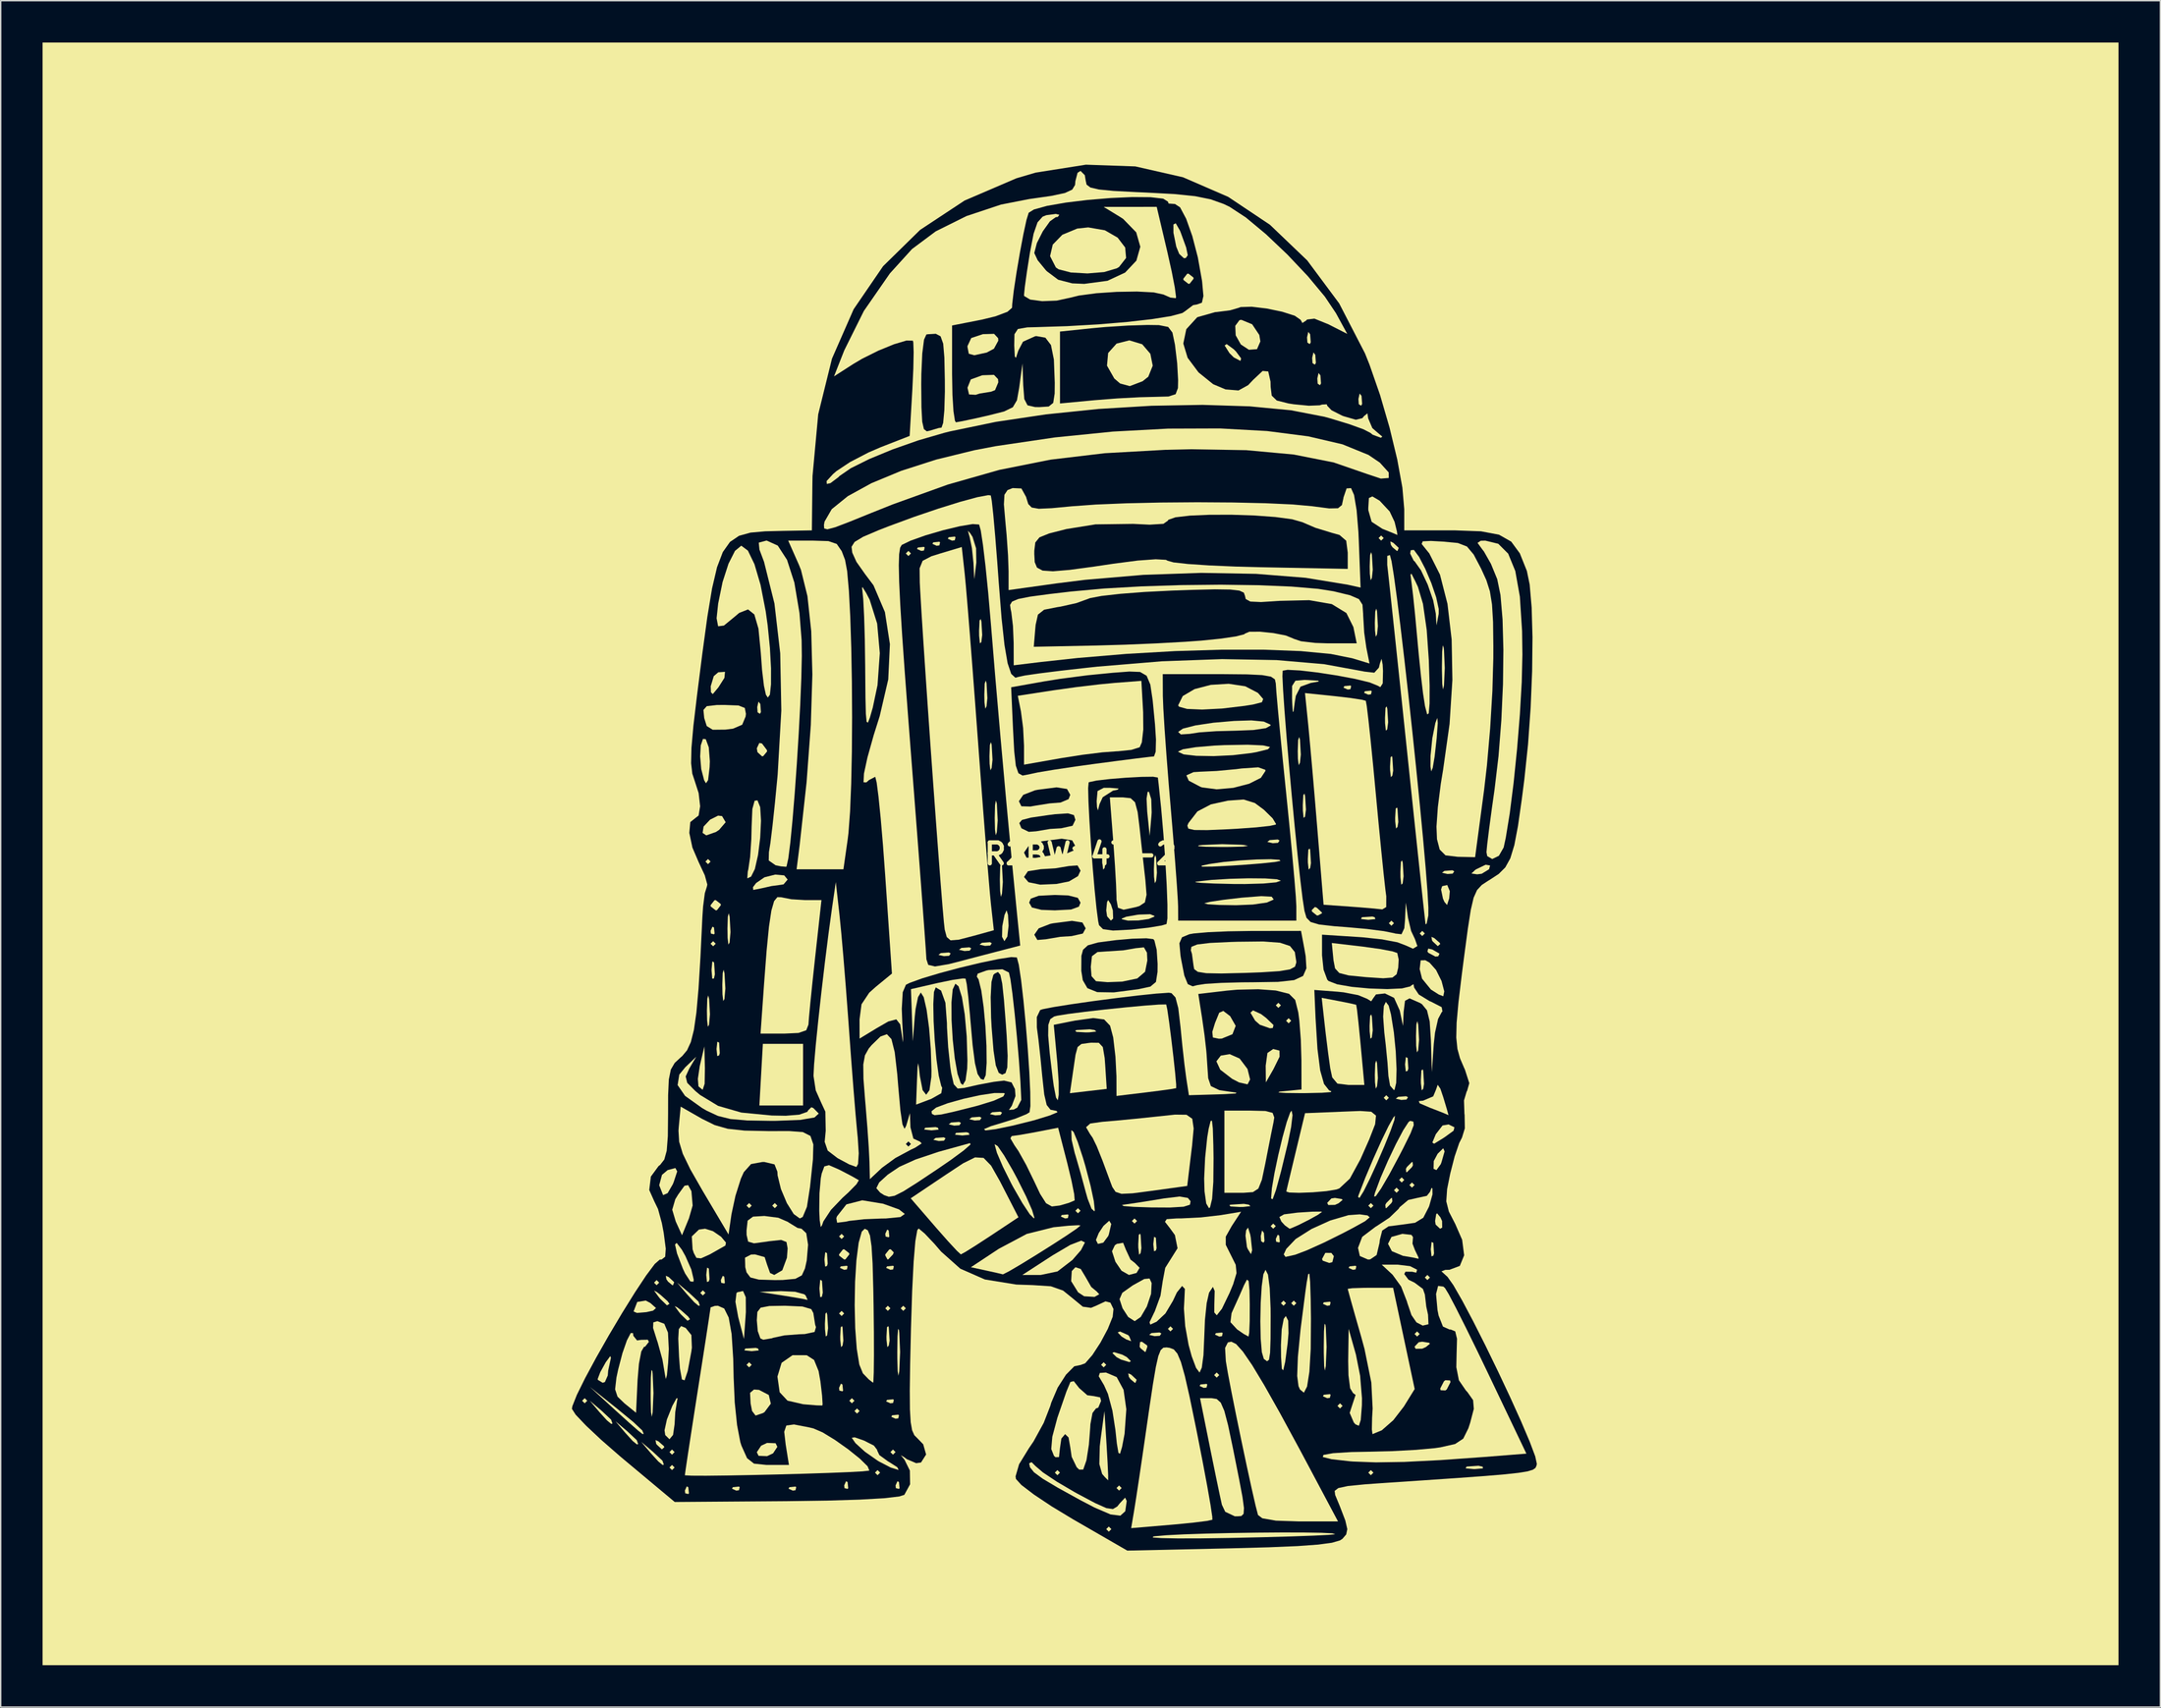
<source format=kicad_pcb>
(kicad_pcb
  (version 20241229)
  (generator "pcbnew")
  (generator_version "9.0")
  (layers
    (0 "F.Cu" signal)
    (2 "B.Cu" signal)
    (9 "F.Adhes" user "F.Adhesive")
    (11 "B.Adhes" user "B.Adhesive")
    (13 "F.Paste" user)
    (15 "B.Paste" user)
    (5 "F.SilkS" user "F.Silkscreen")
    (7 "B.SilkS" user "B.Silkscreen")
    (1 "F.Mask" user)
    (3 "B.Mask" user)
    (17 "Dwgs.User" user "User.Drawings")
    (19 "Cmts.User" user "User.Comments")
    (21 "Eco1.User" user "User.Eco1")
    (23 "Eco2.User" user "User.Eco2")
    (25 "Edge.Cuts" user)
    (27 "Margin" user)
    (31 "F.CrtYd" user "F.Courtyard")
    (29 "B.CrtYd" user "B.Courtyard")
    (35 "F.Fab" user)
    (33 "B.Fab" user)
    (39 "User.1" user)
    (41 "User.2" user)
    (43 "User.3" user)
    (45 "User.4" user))
  (footprint "R2BW147-2"
    (layer "F.Cu")
    (at 74.359 58.162)
    (property "Reference" "R2BW147-2" (at 0 0 0) (layer "F.SilkS") (effects (font (size 1.5 1.5) (thickness 0.3))))
    (attr board_only exclude_from_pos_files exclude_from_bom)
    (fp_poly (pts (xy -35.339 39.204) (xy -35.523 39.388) (xy -35.707 39.204) (xy -35.523 39.02)) (stroke (width 0) (type solid)) (fill yes) (layer "F.SilkS"))
    (fp_poly (pts (xy -30.186 30.738) (xy -30.37 30.922) (xy -30.554 30.738) (xy -30.37 30.554)) (stroke (width 0) (type solid)) (fill yes) (layer "F.SilkS"))
    (fp_poly (pts (xy -29.081 42.886) (xy -29.265 43.07) (xy -29.449 42.886) (xy -29.265 42.701)) (stroke (width 0) (type solid)) (fill yes) (layer "F.SilkS"))
    (fp_poly (pts (xy -29.081 43.99) (xy -29.265 44.174) (xy -29.449 43.99) (xy -29.265 43.806)) (stroke (width 0) (type solid)) (fill yes) (layer "F.SilkS"))
    (fp_poly (pts (xy -26.872 31.474) (xy -27.057 31.658) (xy -27.241 31.474) (xy -27.057 31.29)) (stroke (width 0) (type solid)) (fill yes) (layer "F.SilkS"))
    (fp_poly (pts (xy -26.504 0.552) (xy -26.688 0.736) (xy -26.872 0.552) (xy -26.688 0.368)) (stroke (width 0) (type solid)) (fill yes) (layer "F.SilkS"))
    (fp_poly (pts (xy -26.136 6.442) (xy -26.32 6.626) (xy -26.504 6.442) (xy -26.32 6.258)) (stroke (width 0) (type solid)) (fill yes) (layer "F.SilkS"))
    (fp_poly (pts (xy -23.559 25.216) (xy -23.743 25.4) (xy -23.928 25.216) (xy -23.743 25.032)) (stroke (width 0) (type solid)) (fill yes) (layer "F.SilkS"))
    (fp_poly (pts (xy -23.559 36.628) (xy -23.743 36.812) (xy -23.928 36.628) (xy -23.743 36.443)) (stroke (width 0) (type solid)) (fill yes) (layer "F.SilkS"))
    (fp_poly (pts (xy -21.719 25.216) (xy -21.903 25.4) (xy -22.087 25.216) (xy -21.903 25.032)) (stroke (width 0) (type solid)) (fill yes) (layer "F.SilkS"))
    (fp_poly (pts (xy -16.933 27.425) (xy -17.117 27.609) (xy -17.301 27.425) (xy -17.117 27.241)) (stroke (width 0) (type solid)) (fill yes) (layer "F.SilkS"))
    (fp_poly (pts (xy -16.933 32.946) (xy -17.117 33.13) (xy -17.301 32.946) (xy -17.117 32.762)) (stroke (width 0) (type solid)) (fill yes) (layer "F.SilkS"))
    (fp_poly (pts (xy -16.197 39.204) (xy -16.381 39.388) (xy -16.565 39.204) (xy -16.381 39.02)) (stroke (width 0) (type solid)) (fill yes) (layer "F.SilkS"))
    (fp_poly (pts (xy -15.829 39.941) (xy -16.013 40.125) (xy -16.197 39.941) (xy -16.013 39.757)) (stroke (width 0) (type solid)) (fill yes) (layer "F.SilkS"))
    (fp_poly (pts (xy -14.357 44.358) (xy -14.541 44.542) (xy -14.725 44.358) (xy -14.541 44.174)) (stroke (width 0) (type solid)) (fill yes) (layer "F.SilkS"))
    (fp_poly (pts (xy -13.62 32.578) (xy -13.804 32.762) (xy -13.988 32.578) (xy -13.804 32.394)) (stroke (width 0) (type solid)) (fill yes) (layer "F.SilkS"))
    (fp_poly (pts (xy -13.252 42.886) (xy -13.436 43.07) (xy -13.62 42.886) (xy -13.436 42.701)) (stroke (width 0) (type solid)) (fill yes) (layer "F.SilkS"))
    (fp_poly (pts (xy -12.516 32.578) (xy -12.7 32.762) (xy -12.884 32.578) (xy -12.7 32.394)) (stroke (width 0) (type solid)) (fill yes) (layer "F.SilkS"))
    (fp_poly (pts (xy -12.148 -21.535) (xy -12.332 -21.351) (xy -12.516 -21.535) (xy -12.332 -21.719)) (stroke (width 0) (type solid)) (fill yes) (layer "F.SilkS"))
    (fp_poly (pts (xy -1.472 44.358) (xy -1.657 44.542) (xy -1.841 44.358) (xy -1.657 44.174)) (stroke (width 0) (type solid)) (fill yes) (layer "F.SilkS"))
    (fp_poly (pts (xy 0 25.584) (xy -0.184 25.768) (xy -0.368 25.584) (xy -0.184 25.4)) (stroke (width 0) (type solid)) (fill yes) (layer "F.SilkS"))
    (fp_poly (pts (xy 1.841 36.628) (xy 1.657 36.812) (xy 1.472 36.628) (xy 1.657 36.443)) (stroke (width 0) (type solid)) (fill yes) (layer "F.SilkS"))
    (fp_poly (pts (xy 2.209 48.407) (xy 2.025 48.591) (xy 1.841 48.407) (xy 2.025 48.223)) (stroke (width 0) (type solid)) (fill yes) (layer "F.SilkS"))
    (fp_poly (pts (xy 2.945 45.462) (xy 2.761 45.646) (xy 2.577 45.462) (xy 2.761 45.278)) (stroke (width 0) (type solid)) (fill yes) (layer "F.SilkS"))
    (fp_poly (pts (xy 4.049 26.32) (xy 3.865 26.504) (xy 3.681 26.32) (xy 3.865 26.136)) (stroke (width 0) (type solid)) (fill yes) (layer "F.SilkS"))
    (fp_poly (pts (xy 6.626 34.051) (xy 6.442 34.235) (xy 6.258 34.051) (xy 6.442 33.867)) (stroke (width 0) (type solid)) (fill yes) (layer "F.SilkS"))
    (fp_poly (pts (xy 9.939 37.364) (xy 9.755 37.548) (xy 9.571 37.364) (xy 9.755 37.18)) (stroke (width 0) (type solid)) (fill yes) (layer "F.SilkS"))
    (fp_poly (pts (xy 13.988 26.688) (xy 13.804 26.872) (xy 13.62 26.688) (xy 13.804 26.504)) (stroke (width 0) (type solid)) (fill yes) (layer "F.SilkS"))
    (fp_poly (pts (xy 14.357 10.859) (xy 14.172 11.043) (xy 13.988 10.859) (xy 14.172 10.675)) (stroke (width 0) (type solid)) (fill yes) (layer "F.SilkS"))
    (fp_poly (pts (xy 14.725 32.21) (xy 14.541 32.394) (xy 14.357 32.21) (xy 14.541 32.026)) (stroke (width 0) (type solid)) (fill yes) (layer "F.SilkS"))
    (fp_poly (pts (xy 15.093 11.964) (xy 14.909 12.148) (xy 14.725 11.964) (xy 14.909 11.78)) (stroke (width 0) (type solid)) (fill yes) (layer "F.SilkS"))
    (fp_poly (pts (xy 15.461 32.21) (xy 15.277 32.394) (xy 15.093 32.21) (xy 15.277 32.026)) (stroke (width 0) (type solid)) (fill yes) (layer "F.SilkS"))
    (fp_poly (pts (xy 18.774 39.572) (xy 18.59 39.757) (xy 18.406 39.572) (xy 18.59 39.388)) (stroke (width 0) (type solid)) (fill yes) (layer "F.SilkS"))
    (fp_poly (pts (xy 20.983 25.216) (xy 20.799 25.4) (xy 20.614 25.216) (xy 20.799 25.032)) (stroke (width 0) (type solid)) (fill yes) (layer "F.SilkS"))
    (fp_poly (pts (xy 20.983 44.358) (xy 20.799 44.542) (xy 20.614 44.358) (xy 20.799 44.174)) (stroke (width 0) (type solid)) (fill yes) (layer "F.SilkS"))
    (fp_poly (pts (xy 21.719 -22.639) (xy 21.535 -22.455) (xy 21.351 -22.639) (xy 21.535 -22.823)) (stroke (width 0) (type solid)) (fill yes) (layer "F.SilkS"))
    (fp_poly (pts (xy 22.087 17.486) (xy 21.903 17.67) (xy 21.719 17.486) (xy 21.903 17.301)) (stroke (width 0) (type solid)) (fill yes) (layer "F.SilkS"))
    (fp_poly (pts (xy 22.455 4.97) (xy 22.271 5.154) (xy 22.087 4.97) (xy 22.271 4.786)) (stroke (width 0) (type solid)) (fill yes) (layer "F.SilkS"))
    (fp_poly (pts (xy 22.823 24.112) (xy 22.639 24.296) (xy 22.455 24.112) (xy 22.639 23.928)) (stroke (width 0) (type solid)) (fill yes) (layer "F.SilkS"))
    (fp_poly (pts (xy 23.191 23.375) (xy 23.007 23.559) (xy 22.823 23.375) (xy 23.007 23.191)) (stroke (width 0) (type solid)) (fill yes) (layer "F.SilkS"))
    (fp_poly (pts (xy 23.928 23.743) (xy 23.743 23.928) (xy 23.559 23.743) (xy 23.743 23.559)) (stroke (width 0) (type solid)) (fill yes) (layer "F.SilkS"))
    (fp_poly (pts (xy 24.296 34.419) (xy 24.112 34.603) (xy 23.928 34.419) (xy 24.112 34.235)) (stroke (width 0) (type solid)) (fill yes) (layer "F.SilkS"))
    (fp_poly (pts (xy 24.664 5.706) (xy 24.48 5.89) (xy 24.296 5.706) (xy 24.48 5.522)) (stroke (width 0) (type solid)) (fill yes) (layer "F.SilkS"))
    (fp_poly (pts (xy 25.032 30.37) (xy 24.848 30.554) (xy 24.664 30.37) (xy 24.848 30.186)) (stroke (width 0) (type solid)) (fill yes) (layer "F.SilkS"))
    (fp_poly (pts (xy -28.1 45.401) (xy -28.055 45.838) (xy -28.1 45.892) (xy -28.318 45.841) (xy -28.345 45.646) (xy -28.21 45.343)) (stroke (width 0) (type solid)) (fill yes) (layer "F.SilkS"))
    (fp_poly (pts (xy -26.629 29.725) (xy -26.58 30.479) (xy -26.629 30.646) (xy -26.763 30.692) (xy -26.814 30.186) (xy -26.756 29.663)) (stroke (width 0) (type solid)) (fill yes) (layer "F.SilkS"))
    (fp_poly (pts (xy -26.259 5.276) (xy -26.215 5.713) (xy -26.259 5.767) (xy -26.478 5.717) (xy -26.504 5.522) (xy -26.37 5.219)) (stroke (width 0) (type solid)) (fill yes) (layer "F.SilkS"))
    (fp_poly (pts (xy -25.892 13.528) (xy -25.844 14.282) (xy -25.892 14.449) (xy -26.027 14.495) (xy -26.078 13.988) (xy -26.02 13.466)) (stroke (width 0) (type solid)) (fill yes) (layer "F.SilkS"))
    (fp_poly (pts (xy -25.523 30.308) (xy -25.479 30.745) (xy -25.523 30.799) (xy -25.742 30.749) (xy -25.768 30.554) (xy -25.633 30.251)) (stroke (width 0) (type solid)) (fill yes) (layer "F.SilkS"))
    (fp_poly (pts (xy -24.418 45.401) (xy -24.469 45.62) (xy -24.664 45.646) (xy -24.967 45.512) (xy -24.909 45.401) (xy -24.472 45.357)) (stroke (width 0) (type solid)) (fill yes) (layer "F.SilkS"))
    (fp_poly (pts (xy -23.099 35.463) (xy -23.053 35.598) (xy -23.559 35.649) (xy -24.082 35.591) (xy -24.02 35.463) (xy -23.266 35.415)) (stroke (width 0) (type solid)) (fill yes) (layer "F.SilkS"))
    (fp_poly (pts (xy -22.94 -10.744) (xy -22.896 -10.169) (xy -22.969 -10.039) (xy -23.136 -10.149) (xy -23.162 -10.522) (xy -23.072 -10.915)) (stroke (width 0) (type solid)) (fill yes) (layer "F.SilkS"))
    (fp_poly (pts (xy -20.369 45.401) (xy -20.42 45.62) (xy -20.614 45.646) (xy -20.917 45.512) (xy -20.86 45.401) (xy -20.423 45.357)) (stroke (width 0) (type solid)) (fill yes) (layer "F.SilkS"))
    (fp_poly (pts (xy -18.162 28.621) (xy -18.113 29.375) (xy -18.162 29.541) (xy -18.296 29.588) (xy -18.348 29.081) (xy -18.29 28.559)) (stroke (width 0) (type solid)) (fill yes) (layer "F.SilkS"))
    (fp_poly (pts (xy -17.056 38.039) (xy -17.012 38.476) (xy -17.056 38.529) (xy -17.275 38.479) (xy -17.301 38.284) (xy -17.167 37.981)) (stroke (width 0) (type solid)) (fill yes) (layer "F.SilkS"))
    (fp_poly (pts (xy -16.688 29.572) (xy -16.738 29.791) (xy -16.933 29.817) (xy -17.236 29.683) (xy -17.179 29.572) (xy -16.742 29.528)) (stroke (width 0) (type solid)) (fill yes) (layer "F.SilkS"))
    (fp_poly (pts (xy -16.688 45.033) (xy -16.644 45.47) (xy -16.688 45.524) (xy -16.907 45.473) (xy -16.933 45.278) (xy -16.799 44.975)) (stroke (width 0) (type solid)) (fill yes) (layer "F.SilkS"))
    (fp_poly (pts (xy -13.743 26.995) (xy -13.699 27.432) (xy -13.743 27.486) (xy -13.962 27.435) (xy -13.988 27.241) (xy -13.854 26.938)) (stroke (width 0) (type solid)) (fill yes) (layer "F.SilkS"))
    (fp_poly (pts (xy -13.375 29.572) (xy -13.425 29.791) (xy -13.62 29.817) (xy -13.923 29.683) (xy -13.866 29.572) (xy -13.429 29.528)) (stroke (width 0) (type solid)) (fill yes) (layer "F.SilkS"))
    (fp_poly (pts (xy -13.375 39.143) (xy -13.425 39.362) (xy -13.62 39.388) (xy -13.923 39.254) (xy -13.866 39.143) (xy -13.429 39.099)) (stroke (width 0) (type solid)) (fill yes) (layer "F.SilkS"))
    (fp_poly (pts (xy -13.007 40.247) (xy -13.057 40.466) (xy -13.252 40.493) (xy -13.555 40.358) (xy -13.498 40.247) (xy -13.061 40.203)) (stroke (width 0) (type solid)) (fill yes) (layer "F.SilkS"))
    (fp_poly (pts (xy -13.007 45.033) (xy -12.963 45.47) (xy -13.007 45.524) (xy -13.226 45.473) (xy -13.252 45.278) (xy -13.117 44.975)) (stroke (width 0) (type solid)) (fill yes) (layer "F.SilkS"))
    (fp_poly (pts (xy -11.166 -21.964) (xy -11.217 -21.745) (xy -11.412 -21.719) (xy -11.715 -21.854) (xy -11.657 -21.964) (xy -11.22 -22.008)) (stroke (width 0) (type solid)) (fill yes) (layer "F.SilkS"))
    (fp_poly (pts (xy -10.215 19.634) (xy -10.169 19.769) (xy -10.675 19.82) (xy -11.198 19.762) (xy -11.136 19.634) (xy -10.382 19.586)) (stroke (width 0) (type solid)) (fill yes) (layer "F.SilkS"))
    (fp_poly (pts (xy -10.062 -22.332) (xy -10.112 -22.114) (xy -10.307 -22.087) (xy -10.61 -22.222) (xy -10.553 -22.332) (xy -10.116 -22.376)) (stroke (width 0) (type solid)) (fill yes) (layer "F.SilkS"))
    (fp_poly (pts (xy -9.671 20.392) (xy -9.78 20.559) (xy -10.154 20.585) (xy -10.547 20.496) (xy -10.376 20.363) (xy -9.801 20.319)) (stroke (width 0) (type solid)) (fill yes) (layer "F.SilkS"))
    (fp_poly (pts (xy -9.303 7.14) (xy -9.412 7.307) (xy -9.786 7.333) (xy -10.179 7.243) (xy -10.008 7.111) (xy -9.433 7.067)) (stroke (width 0) (type solid)) (fill yes) (layer "F.SilkS"))
    (fp_poly (pts (xy -8.957 -22.7) (xy -9.008 -22.482) (xy -9.203 -22.455) (xy -9.506 -22.59) (xy -9.448 -22.7) (xy -9.011 -22.745)) (stroke (width 0) (type solid)) (fill yes) (layer "F.SilkS"))
    (fp_poly (pts (xy -8.566 19.288) (xy -8.676 19.455) (xy -9.05 19.481) (xy -9.442 19.391) (xy -9.272 19.259) (xy -8.697 19.215)) (stroke (width 0) (type solid)) (fill yes) (layer "F.SilkS"))
    (fp_poly (pts (xy -8.007 20.003) (xy -7.96 20.137) (xy -8.467 20.188) (xy -8.989 20.13) (xy -8.927 20.003) (xy -8.173 19.954)) (stroke (width 0) (type solid)) (fill yes) (layer "F.SilkS"))
    (fp_poly (pts (xy -7.83 6.772) (xy -7.94 6.939) (xy -8.313 6.965) (xy -8.706 6.875) (xy -8.536 6.743) (xy -7.96 6.699)) (stroke (width 0) (type solid)) (fill yes) (layer "F.SilkS"))
    (fp_poly (pts (xy -7.094 18.92) (xy -7.204 19.087) (xy -7.577 19.113) (xy -7.97 19.023) (xy -7.799 18.891) (xy -7.224 18.847)) (stroke (width 0) (type solid)) (fill yes) (layer "F.SilkS"))
    (fp_poly (pts (xy -6.358 6.404) (xy -6.467 6.571) (xy -6.841 6.597) (xy -7.234 6.507) (xy -7.063 6.375) (xy -6.488 6.331)) (stroke (width 0) (type solid)) (fill yes) (layer "F.SilkS"))
    (fp_poly (pts (xy -5.621 18.552) (xy -5.731 18.719) (xy -6.105 18.745) (xy -6.497 18.655) (xy -6.327 18.522) (xy -5.752 18.479)) (stroke (width 0) (type solid)) (fill yes) (layer "F.SilkS"))
    (fp_poly (pts (xy -0.859 25.891) (xy -0.909 26.11) (xy -1.104 26.136) (xy -1.407 26.002) (xy -1.35 25.891) (xy -0.913 25.847)) (stroke (width 0) (type solid)) (fill yes) (layer "F.SilkS"))
    (fp_poly (pts (xy 5.397 27.517) (xy 5.446 28.27) (xy 5.397 28.437) (xy 5.263 28.483) (xy 5.212 27.977) (xy 5.27 27.454)) (stroke (width 0) (type solid)) (fill yes) (layer "F.SilkS"))
    (fp_poly (pts (xy 5.79 34.38) (xy 5.68 34.548) (xy 5.307 34.574) (xy 4.914 34.484) (xy 5.085 34.351) (xy 5.66 34.308)) (stroke (width 0) (type solid)) (fill yes) (layer "F.SilkS"))
    (fp_poly (pts (xy 9.08 38.039) (xy 9.03 38.257) (xy 8.835 38.284) (xy 8.532 38.149) (xy 8.589 38.039) (xy 9.026 37.995)) (stroke (width 0) (type solid)) (fill yes) (layer "F.SilkS"))
    (fp_poly (pts (xy 10.185 34.357) (xy 10.134 34.576) (xy 9.939 34.603) (xy 9.636 34.468) (xy 9.694 34.357) (xy 10.131 34.313)) (stroke (width 0) (type solid)) (fill yes) (layer "F.SilkS"))
    (fp_poly (pts (xy 13.136 27.172) (xy 13.179 27.747) (xy 13.106 27.877) (xy 12.939 27.767) (xy 12.913 27.394) (xy 13.003 27.001)) (stroke (width 0) (type solid)) (fill yes) (layer "F.SilkS"))
    (fp_poly (pts (xy 14.234 27.363) (xy 14.278 27.8) (xy 14.234 27.854) (xy 14.015 27.804) (xy 13.988 27.609) (xy 14.123 27.306)) (stroke (width 0) (type solid)) (fill yes) (layer "F.SilkS"))
    (fp_poly (pts (xy 14.257 -0.959) (xy 14.147 -0.791) (xy 13.774 -0.765) (xy 13.381 -0.855) (xy 13.551 -0.988) (xy 14.127 -1.032)) (stroke (width 0) (type solid)) (fill yes) (layer "F.SilkS"))
    (fp_poly (pts (xy 16.449 -37.249) (xy 16.492 -36.673) (xy 16.42 -36.543) (xy 16.252 -36.653) (xy 16.226 -37.026) (xy 16.316 -37.419)) (stroke (width 0) (type solid)) (fill yes) (layer "F.SilkS"))
    (fp_poly (pts (xy 16.817 -35.776) (xy 16.861 -35.201) (xy 16.788 -35.071) (xy 16.62 -35.18) (xy 16.594 -35.554) (xy 16.684 -35.947)) (stroke (width 0) (type solid)) (fill yes) (layer "F.SilkS"))
    (fp_poly (pts (xy 17.185 -34.304) (xy 17.229 -33.728) (xy 17.156 -33.598) (xy 16.988 -33.708) (xy 16.962 -34.081) (xy 17.052 -34.474)) (stroke (width 0) (type solid)) (fill yes) (layer "F.SilkS"))
    (fp_poly (pts (xy 17.915 32.149) (xy 17.864 32.368) (xy 17.67 32.394) (xy 17.367 32.26) (xy 17.424 32.149) (xy 17.861 32.105)) (stroke (width 0) (type solid)) (fill yes) (layer "F.SilkS"))
    (fp_poly (pts (xy 17.915 38.775) (xy 17.864 38.994) (xy 17.67 39.02) (xy 17.367 38.886) (xy 17.424 38.775) (xy 17.861 38.731)) (stroke (width 0) (type solid)) (fill yes) (layer "F.SilkS"))
    (fp_poly (pts (xy 19.387 -12.025) (xy 19.337 -11.806) (xy 19.142 -11.78) (xy 18.839 -11.914) (xy 18.897 -12.025) (xy 19.333 -12.069)) (stroke (width 0) (type solid)) (fill yes) (layer "F.SilkS"))
    (fp_poly (pts (xy 19.756 29.572) (xy 19.705 29.791) (xy 19.51 29.817) (xy 19.207 29.683) (xy 19.265 29.572) (xy 19.702 29.528)) (stroke (width 0) (type solid)) (fill yes) (layer "F.SilkS"))
    (fp_poly (pts (xy 20.13 -32.831) (xy 20.174 -32.256) (xy 20.101 -32.126) (xy 19.933 -32.236) (xy 19.907 -32.609) (xy 19.997 -33.002)) (stroke (width 0) (type solid)) (fill yes) (layer "F.SilkS"))
    (fp_poly (pts (xy 20.86 -11.657) (xy 20.809 -11.438) (xy 20.614 -11.412) (xy 20.311 -11.546) (xy 20.369 -11.657) (xy 20.806 -11.701)) (stroke (width 0) (type solid)) (fill yes) (layer "F.SilkS"))
    (fp_poly (pts (xy 21.075 4.542) (xy 21.121 4.676) (xy 20.614 4.727) (xy 20.092 4.67) (xy 20.154 4.542) (xy 20.908 4.493)) (stroke (width 0) (type solid)) (fill yes) (layer "F.SilkS"))
    (fp_poly (pts (xy 23.435 14.633) (xy 23.484 15.386) (xy 23.435 15.553) (xy 23.301 15.599) (xy 23.249 15.093) (xy 23.307 14.57)) (stroke (width 0) (type solid)) (fill yes) (layer "F.SilkS"))
    (fp_poly (pts (xy 23.46 17.447) (xy 23.35 17.614) (xy 22.977 17.641) (xy 22.584 17.551) (xy 22.754 17.418) (xy 23.329 17.374)) (stroke (width 0) (type solid)) (fill yes) (layer "F.SilkS"))
    (fp_poly (pts (xy 25.276 27.885) (xy 25.324 28.638) (xy 25.276 28.805) (xy 25.141 28.851) (xy 25.09 28.345) (xy 25.148 27.822)) (stroke (width 0) (type solid)) (fill yes) (layer "F.SilkS"))
    (fp_poly (pts (xy 26.773 1.25) (xy 26.663 1.417) (xy 26.29 1.443) (xy 25.897 1.354) (xy 26.067 1.221) (xy 26.643 1.177)) (stroke (width 0) (type solid)) (fill yes) (layer "F.SilkS"))
    (fp_poly (pts (xy -34.327 39.906) (xy -33.631 40.558) (xy -33.531 40.843) (xy -33.626 40.861) (xy -33.926 40.613) (xy -34.454 40.033) (xy -35.155 39.204)) (stroke (width 0) (type solid)) (fill yes) (layer "F.SilkS"))
    (fp_poly (pts (xy -32.486 41.378) (xy -31.791 42.031) (xy -31.69 42.315) (xy -31.785 42.333) (xy -32.086 42.085) (xy -32.613 41.505) (xy -33.314 40.677)) (stroke (width 0) (type solid)) (fill yes) (layer "F.SilkS"))
    (fp_poly (pts (xy -30.646 42.851) (xy -29.95 43.503) (xy -29.85 43.787) (xy -29.944 43.806) (xy -30.245 43.558) (xy -30.773 42.978) (xy -31.474 42.149)) (stroke (width 0) (type solid)) (fill yes) (layer "F.SilkS"))
    (fp_poly (pts (xy -30.242 42.114) (xy -29.85 42.456) (xy -29.817 42.539) (xy -29.992 42.69) (xy -30.356 42.351) (xy -30.405 42.276) (xy -30.448 42.025)) (stroke (width 0) (type solid)) (fill yes) (layer "F.SilkS"))
    (fp_poly (pts (xy -29.506 30.334) (xy -29.111 30.705) (xy -29.192 30.918) (xy -29.243 30.922) (xy -29.555 30.66) (xy -29.668 30.497) (xy -29.712 30.245)) (stroke (width 0) (type solid)) (fill yes) (layer "F.SilkS"))
    (fp_poly (pts (xy -28.069 31.439) (xy -27.373 32.092) (xy -27.273 32.376) (xy -27.368 32.394) (xy -27.668 32.146) (xy -28.196 31.566) (xy -28.897 30.738)) (stroke (width 0) (type solid)) (fill yes) (layer "F.SilkS"))
    (fp_poly (pts (xy 3.418 34.503) (xy 3.497 34.603) (xy 3.627 34.934) (xy 3.278 34.809) (xy 2.945 34.603) (xy 2.662 34.307) (xy 2.831 34.24)) (stroke (width 0) (type solid)) (fill yes) (layer "F.SilkS"))
    (fp_poly (pts (xy 3.624 37.329) (xy 4.019 37.699) (xy 3.938 37.912) (xy 3.887 37.916) (xy 3.576 37.654) (xy 3.462 37.491) (xy 3.419 37.239)) (stroke (width 0) (type solid)) (fill yes) (layer "F.SilkS"))
    (fp_poly (pts (xy 17.97 28.608) (xy 18.148 28.838) (xy 18.041 29.268) (xy 17.819 29.327) (xy 17.351 29.163) (xy 17.301 29.042) (xy 17.536 28.603)) (stroke (width 0) (type solid)) (fill yes) (layer "F.SilkS"))
    (fp_poly (pts (xy 22.398 -22.306) (xy 22.793 -21.936) (xy 22.712 -21.722) (xy 22.661 -21.719) (xy 22.349 -21.98) (xy 22.236 -22.144) (xy 22.192 -22.396)) (stroke (width 0) (type solid)) (fill yes) (layer "F.SilkS"))
    (fp_poly (pts (xy 25.197 6.854) (xy 25.715 7.151) (xy 25.628 7.343) (xy 25.422 7.362) (xy 24.923 7.095) (xy 24.85 6.998) (xy 24.91 6.789)) (stroke (width 0) (type solid)) (fill yes) (layer "F.SilkS"))
    (fp_poly (pts (xy 25.343 6.039) (xy 25.735 6.381) (xy 25.768 6.464) (xy 25.593 6.615) (xy 25.23 6.276) (xy 25.181 6.201) (xy 25.137 5.949)) (stroke (width 0) (type solid)) (fill yes) (layer "F.SilkS"))
    (fp_poly (pts (xy -30.818 32.197) (xy -30.414 32.558) (xy -30.623 32.746) (xy -31.097 32.851) (xy -31.784 32.908) (xy -32.02 32.803) (xy -31.757 32.121) (xy -31.149 32.022)) (stroke (width 0) (type solid)) (fill yes) (layer "F.SilkS"))
    (fp_poly (pts (xy -30.36 31.405) (xy -30.093 31.611) (xy -29.584 32.065) (xy -29.449 32.255) (xy -29.628 32.365) (xy -30.118 31.893) (xy -30.232 31.75) (xy -30.551 31.314)) (stroke (width 0) (type solid)) (fill yes) (layer "F.SilkS"))
    (fp_poly (pts (xy -28.888 32.51) (xy -28.621 32.715) (xy -28.111 33.169) (xy -27.977 33.36) (xy -28.156 33.47) (xy -28.645 32.997) (xy -28.76 32.854) (xy -29.078 32.418)) (stroke (width 0) (type solid)) (fill yes) (layer "F.SilkS"))
    (fp_poly (pts (xy -26.608 10.404) (xy -26.548 11.493) (xy -26.613 12.245) (xy -26.7 12.393) (xy -26.755 11.911) (xy -26.767 11.228) (xy -26.74 10.392) (xy -26.674 10.148)) (stroke (width 0) (type solid)) (fill yes) (layer "F.SilkS"))
    (fp_poly (pts (xy -26.267 7.766) (xy -26.249 7.829) (xy -26.195 8.631) (xy -26.263 8.934) (xy -26.384 8.946) (xy -26.433 8.37) (xy -26.433 8.283) (xy -26.38 7.712)) (stroke (width 0) (type solid)) (fill yes) (layer "F.SilkS"))
    (fp_poly (pts (xy -25.779 3.593) (xy -25.768 3.681) (xy -26.048 4.039) (xy -26.136 4.049) (xy -26.494 3.769) (xy -26.504 3.681) (xy -26.224 3.324) (xy -26.136 3.313)) (stroke (width 0) (type solid)) (fill yes) (layer "F.SilkS"))
    (fp_poly (pts (xy -25.51 -12.618) (xy -25.94 -11.942) (xy -26.345 -11.454) (xy -26.476 -11.581) (xy -26.493 -12.016) (xy -26.275 -12.741) (xy -25.952 -13.017) (xy -25.47 -13.051)) (stroke (width 0) (type solid)) (fill yes) (layer "F.SilkS"))
    (fp_poly (pts (xy -25.504 8.564) (xy -25.443 9.652) (xy -25.509 10.404) (xy -25.595 10.552) (xy -25.651 10.07) (xy -25.663 9.387) (xy -25.635 8.552) (xy -25.569 8.307)) (stroke (width 0) (type solid)) (fill yes) (layer "F.SilkS"))
    (fp_poly (pts (xy -25.136 4.514) (xy -25.075 5.603) (xy -25.141 6.355) (xy -25.227 6.503) (xy -25.283 6.021) (xy -25.295 5.338) (xy -25.267 4.502) (xy -25.201 4.258)) (stroke (width 0) (type solid)) (fill yes) (layer "F.SilkS"))
    (fp_poly (pts (xy -22.823 -7.914) (xy -22.469 -7.444) (xy -22.455 -7.341) (xy -22.736 -7.004) (xy -22.823 -6.994) (xy -23.146 -7.294) (xy -23.191 -7.568) (xy -23.013 -7.949)) (stroke (width 0) (type solid)) (fill yes) (layer "F.SilkS"))
    (fp_poly (pts (xy -21.845 42.25) (xy -21.719 42.509) (xy -22.027 42.975) (xy -22.455 43.176) (xy -23.065 43.153) (xy -23.191 42.894) (xy -22.883 42.428) (xy -22.455 42.227)) (stroke (width 0) (type solid)) (fill yes) (layer "F.SilkS"))
    (fp_poly (pts (xy -19.878 15.829) (xy -19.878 18.038) (xy -21.443 18.038) (xy -23.007 18.039) (xy -22.883 15.83) (xy -22.758 13.62) (xy -21.318 13.62) (xy -19.878 13.62)) (stroke (width 0) (type solid)) (fill yes) (layer "F.SilkS"))
    (fp_poly (pts (xy -18.537 30.589) (xy -18.519 30.653) (xy -18.465 31.455) (xy -18.532 31.757) (xy -18.653 31.769) (xy -18.703 31.193) (xy -18.702 31.106) (xy -18.649 30.535)) (stroke (width 0) (type solid)) (fill yes) (layer "F.SilkS"))
    (fp_poly (pts (xy -18.145 33.043) (xy -18.086 34.002) (xy -18.153 34.515) (xy -18.252 34.601) (xy -18.308 34.073) (xy -18.313 33.683) (xy -18.277 32.97) (xy -18.194 32.862)) (stroke (width 0) (type solid)) (fill yes) (layer "F.SilkS"))
    (fp_poly (pts (xy -17.048 33.959) (xy -16.99 34.892) (xy -17.048 35.247) (xy -17.154 35.362) (xy -17.212 34.853) (xy -17.216 34.603) (xy -17.178 33.933) (xy -17.082 33.854)) (stroke (width 0) (type solid)) (fill yes) (layer "F.SilkS"))
    (fp_poly (pts (xy -16.576 28.625) (xy -16.565 28.713) (xy -16.845 29.07) (xy -16.933 29.081) (xy -17.291 28.801) (xy -17.301 28.713) (xy -17.021 28.356) (xy -16.933 28.345)) (stroke (width 0) (type solid)) (fill yes) (layer "F.SilkS"))
    (fp_poly (pts (xy -13.735 33.959) (xy -13.677 34.892) (xy -13.735 35.247) (xy -13.841 35.362) (xy -13.899 34.853) (xy -13.903 34.603) (xy -13.865 33.933) (xy -13.769 33.854)) (stroke (width 0) (type solid)) (fill yes) (layer "F.SilkS"))
    (fp_poly (pts (xy -13.379 28.57) (xy -13.436 28.713) (xy -13.767 29.064) (xy -13.826 29.081) (xy -13.984 28.796) (xy -13.988 28.713) (xy -13.705 28.359) (xy -13.599 28.345)) (stroke (width 0) (type solid)) (fill yes) (layer "F.SilkS"))
    (fp_poly (pts (xy -7.102 -16.653) (xy -7.043 -15.694) (xy -7.109 -15.18) (xy -7.209 -15.094) (xy -7.265 -15.623) (xy -7.269 -16.013) (xy -7.233 -16.726) (xy -7.15 -16.834)) (stroke (width 0) (type solid)) (fill yes) (layer "F.SilkS"))
    (fp_poly (pts (xy -6.734 -12.24) (xy -6.674 -11.167) (xy -6.734 -10.583) (xy -6.825 -10.409) (xy -6.883 -10.871) (xy -6.894 -11.412) (xy -6.865 -12.208) (xy -6.792 -12.426)) (stroke (width 0) (type solid)) (fill yes) (layer "F.SilkS"))
    (fp_poly (pts (xy -6.366 -7.822) (xy -6.305 -6.75) (xy -6.366 -6.166) (xy -6.457 -5.991) (xy -6.515 -6.454) (xy -6.526 -6.994) (xy -6.497 -7.79) (xy -6.424 -8.009)) (stroke (width 0) (type solid)) (fill yes) (layer "F.SilkS"))
    (fp_poly (pts (xy -5.994 -3.589) (xy -5.933 -2.4) (xy -5.994 -1.564) (xy -6.075 -1.336) (xy -6.13 -1.754) (xy -6.148 -2.577) (xy -6.125 -3.486) (xy -6.065 -3.826)) (stroke (width 0) (type solid)) (fill yes) (layer "F.SilkS"))
    (fp_poly (pts (xy -5.626 0.828) (xy -5.565 2.017) (xy -5.626 2.853) (xy -5.706 3.081) (xy -5.762 2.663) (xy -5.78 1.841) (xy -5.757 0.932) (xy -5.697 0.591)) (stroke (width 0) (type solid)) (fill yes) (layer "F.SilkS"))
    (fp_poly (pts (xy 1.012 12.63) (xy 1.127 12.737) (xy 0.618 12.795) (xy 0.368 12.799) (xy -0.302 12.76) (xy -0.381 12.665) (xy -0.276 12.63) (xy 0.658 12.573)) (stroke (width 0) (type solid)) (fill yes) (layer "F.SilkS"))
    (fp_poly (pts (xy 1.726 -0.276) (xy 1.783 0.658) (xy 1.726 1.012) (xy 1.62 1.127) (xy 1.561 0.618) (xy 1.558 0.368) (xy 1.596 -0.302) (xy 1.692 -0.381)) (stroke (width 0) (type solid)) (fill yes) (layer "F.SilkS"))
    (fp_poly (pts (xy 2.175 3.617) (xy 2.315 4.049) (xy 2.336 4.636) (xy 2.174 4.786) (xy 1.903 4.477) (xy 1.841 4.049) (xy 1.9 3.45) (xy 1.982 3.313)) (stroke (width 0) (type solid)) (fill yes) (layer "F.SilkS"))
    (fp_poly (pts (xy 2.998 35.902) (xy 3.313 36.075) (xy 3.608 36.367) (xy 3.497 36.432) (xy 2.892 36.249) (xy 2.577 36.075) (xy 2.282 35.784) (xy 2.393 35.719)) (stroke (width 0) (type solid)) (fill yes) (layer "F.SilkS"))
    (fp_poly (pts (xy 4.303 27.333) (xy 4.36 28.266) (xy 4.303 28.621) (xy 4.196 28.736) (xy 4.138 28.227) (xy 4.135 27.977) (xy 4.173 27.307) (xy 4.269 27.228)) (stroke (width 0) (type solid)) (fill yes) (layer "F.SilkS"))
    (fp_poly (pts (xy 4.771 35.238) (xy 4.786 35.339) (xy 4.66 35.698) (xy 4.623 35.707) (xy 4.309 35.449) (xy 4.233 35.339) (xy 4.263 35) (xy 4.396 34.971)) (stroke (width 0) (type solid)) (fill yes) (layer "F.SilkS"))
    (fp_poly (pts (xy 5.067 -3.916) (xy 5.096 -2.974) (xy 5.079 -2.717) (xy 4.954 -1.288) (xy 4.776 -3.02) (xy 4.73 -3.959) (xy 4.806 -4.444) (xy 4.901 -4.449)) (stroke (width 0) (type solid)) (fill yes) (layer "F.SilkS"))
    (fp_poly (pts (xy 5.413 0.276) (xy 5.474 1.349) (xy 5.413 1.933) (xy 5.322 2.107) (xy 5.265 1.645) (xy 5.254 1.104) (xy 5.283 0.308) (xy 5.356 0.09)) (stroke (width 0) (type solid)) (fill yes) (layer "F.SilkS"))
    (fp_poly (pts (xy 8.088 -41.317) (xy 8.099 -41.229) (xy 7.818 -40.872) (xy 7.73 -40.861) (xy 7.373 -41.141) (xy 7.362 -41.229) (xy 7.642 -41.586) (xy 7.73 -41.597)) (stroke (width 0) (type solid)) (fill yes) (layer "F.SilkS"))
    (fp_poly (pts (xy 10.977 -36.173) (xy 11.136 -36.014) (xy 11.504 -35.518) (xy 11.457 -35.339) (xy 10.978 -35.591) (xy 10.668 -35.9) (xy 10.324 -36.445) (xy 10.468 -36.545)) (stroke (width 0) (type solid)) (fill yes) (layer "F.SilkS"))
    (fp_poly (pts (xy 12.056 25.146) (xy 12.17 25.253) (xy 11.661 25.311) (xy 11.412 25.315) (xy 10.742 25.276) (xy 10.663 25.181) (xy 10.767 25.146) (xy 11.701 25.089)) (stroke (width 0) (type solid)) (fill yes) (layer "F.SilkS"))
    (fp_poly (pts (xy 14.254 14.104) (xy 14.26 14.54) (xy 13.823 15.427) (xy 13.804 15.461) (xy 13.278 16.381) (xy 13.265 15.185) (xy 13.39 14.274) (xy 13.804 13.988)) (stroke (width 0) (type solid)) (fill yes) (layer "F.SilkS"))
    (fp_poly (pts (xy 15.721 -8.191) (xy 15.782 -7.118) (xy 15.721 -6.534) (xy 15.63 -6.36) (xy 15.572 -6.822) (xy 15.561 -7.362) (xy 15.59 -8.158) (xy 15.663 -8.377)) (stroke (width 0) (type solid)) (fill yes) (layer "F.SilkS"))
    (fp_poly (pts (xy 16.089 -4.137) (xy 16.149 -3.178) (xy 16.082 -2.665) (xy 15.982 -2.578) (xy 15.927 -3.107) (xy 15.922 -3.497) (xy 15.958 -4.21) (xy 16.041 -4.318)) (stroke (width 0) (type solid)) (fill yes) (layer "F.SilkS"))
    (fp_poly (pts (xy 16.451 -0.276) (xy 16.508 0.658) (xy 16.451 1.012) (xy 16.344 1.127) (xy 16.286 0.618) (xy 16.283 0.368) (xy 16.321 -0.302) (xy 16.416 -0.381)) (stroke (width 0) (type solid)) (fill yes) (layer "F.SilkS"))
    (fp_poly (pts (xy 16.933 3.865) (xy 17.285 4.196) (xy 17.301 4.255) (xy 17.017 4.413) (xy 16.933 4.417) (xy 16.579 4.134) (xy 16.565 4.028) (xy 16.791 3.808)) (stroke (width 0) (type solid)) (fill yes) (layer "F.SilkS"))
    (fp_poly (pts (xy 18.713 24.743) (xy 18.774 24.808) (xy 18.486 25.046) (xy 18.222 25.165) (xy 17.748 25.173) (xy 17.67 25.02) (xy 17.968 24.704) (xy 18.222 24.664)) (stroke (width 0) (type solid)) (fill yes) (layer "F.SilkS"))
    (fp_poly (pts (xy 20.874 -21.443) (xy 20.935 -20.37) (xy 20.874 -19.786) (xy 20.783 -19.612) (xy 20.725 -20.074) (xy 20.715 -20.614) (xy 20.743 -21.411) (xy 20.817 -21.629)) (stroke (width 0) (type solid)) (fill yes) (layer "F.SilkS"))
    (fp_poly (pts (xy 20.875 11.692) (xy 20.934 12.651) (xy 20.867 13.164) (xy 20.768 13.25) (xy 20.712 12.722) (xy 20.707 12.332) (xy 20.744 11.619) (xy 20.827 11.511)) (stroke (width 0) (type solid)) (fill yes) (layer "F.SilkS"))
    (fp_poly (pts (xy 21.242 -17.393) (xy 21.303 -16.321) (xy 21.242 -15.737) (xy 21.151 -15.563) (xy 21.094 -16.025) (xy 21.083 -16.565) (xy 21.112 -17.361) (xy 21.185 -17.58)) (stroke (width 0) (type solid)) (fill yes) (layer "F.SilkS"))
    (fp_poly (pts (xy 21.242 15.001) (xy 21.303 16.073) (xy 21.242 16.657) (xy 21.151 16.832) (xy 21.094 16.369) (xy 21.083 15.829) (xy 21.112 15.033) (xy 21.185 14.814)) (stroke (width 0) (type solid)) (fill yes) (layer "F.SilkS"))
    (fp_poly (pts (xy 21.979 -10.395) (xy 22.038 -9.436) (xy 21.972 -8.923) (xy 21.872 -8.836) (xy 21.816 -9.365) (xy 21.812 -9.755) (xy 21.848 -10.468) (xy 21.931 -10.576)) (stroke (width 0) (type solid)) (fill yes) (layer "F.SilkS"))
    (fp_poly (pts (xy 22.34 24.902) (xy 22.271 25.032) (xy 21.924 25.383) (xy 21.859 25.4) (xy 21.834 25.162) (xy 21.903 25.032) (xy 22.25 24.68) (xy 22.314 24.664)) (stroke (width 0) (type solid)) (fill yes) (layer "F.SilkS"))
    (fp_poly (pts (xy 22.341 -6.902) (xy 22.398 -5.969) (xy 22.341 -5.614) (xy 22.234 -5.499) (xy 22.176 -6.008) (xy 22.172 -6.258) (xy 22.211 -6.928) (xy 22.306 -7.007)) (stroke (width 0) (type solid)) (fill yes) (layer "F.SilkS"))
    (fp_poly (pts (xy 22.709 -3.221) (xy 22.766 -2.287) (xy 22.709 -1.933) (xy 22.602 -1.818) (xy 22.544 -2.327) (xy 22.54 -2.577) (xy 22.579 -3.247) (xy 22.674 -3.325)) (stroke (width 0) (type solid)) (fill yes) (layer "F.SilkS"))
    (fp_poly (pts (xy 23.084 0.648) (xy 23.143 1.608) (xy 23.076 2.121) (xy 22.977 2.207) (xy 22.921 1.678) (xy 22.916 1.288) (xy 22.952 0.576) (xy 23.035 0.467)) (stroke (width 0) (type solid)) (fill yes) (layer "F.SilkS"))
    (fp_poly (pts (xy 23.812 22.325) (xy 23.743 22.455) (xy 23.397 22.807) (xy 23.332 22.823) (xy 23.307 22.585) (xy 23.375 22.455) (xy 23.722 22.104) (xy 23.787 22.087)) (stroke (width 0) (type solid)) (fill yes) (layer "F.SilkS"))
    (fp_poly (pts (xy 24.192 12.245) (xy 24.252 13.334) (xy 24.187 14.085) (xy 24.1 14.234) (xy 24.045 13.751) (xy 24.033 13.068) (xy 24.06 12.233) (xy 24.126 11.989)) (stroke (width 0) (type solid)) (fill yes) (layer "F.SilkS"))
    (fp_poly (pts (xy 24.549 15.553) (xy 24.607 16.487) (xy 24.549 16.841) (xy 24.443 16.956) (xy 24.385 16.447) (xy 24.381 16.197) (xy 24.419 15.527) (xy 24.515 15.448)) (stroke (width 0) (type solid)) (fill yes) (layer "F.SilkS"))
    (fp_poly (pts (xy 24.971 35.05) (xy 25.032 35.116) (xy 24.744 35.353) (xy 24.48 35.472) (xy 24.006 35.48) (xy 23.928 35.328) (xy 24.226 35.011) (xy 24.48 34.971)) (stroke (width 0) (type solid)) (fill yes) (layer "F.SilkS"))
    (fp_poly (pts (xy 25.782 26.056) (xy 25.901 26.32) (xy 25.909 26.794) (xy 25.757 26.872) (xy 25.44 26.574) (xy 25.4 26.32) (xy 25.479 25.829) (xy 25.545 25.768)) (stroke (width 0) (type solid)) (fill yes) (layer "F.SilkS"))
    (fp_poly (pts (xy 26.081 21.33) (xy 25.856 22.116) (xy 25.806 22.247) (xy 25.497 22.67) (xy 25.291 22.577) (xy 25.305 22.021) (xy 25.584 21.497) (xy 25.985 21.104)) (stroke (width 0) (type solid)) (fill yes) (layer "F.SilkS"))
    (fp_poly (pts (xy 26.455 2.675) (xy 26.41 3.192) (xy 26.258 3.665) (xy 26.071 3.447) (xy 25.964 3.205) (xy 25.828 2.556) (xy 25.907 2.316) (xy 26.271 2.234)) (stroke (width 0) (type solid)) (fill yes) (layer "F.SilkS"))
    (fp_poly (pts (xy 26.476 37.749) (xy 26.504 37.872) (xy 26.236 38.393) (xy 26.136 38.468) (xy 25.796 38.451) (xy 25.768 38.328) (xy 26.037 37.807) (xy 26.136 37.732)) (stroke (width 0) (type solid)) (fill yes) (layer "F.SilkS"))
    (fp_poly (pts (xy 28.812 43.932) (xy 28.824 44.053) (xy 28.248 44.103) (xy 28.161 44.102) (xy 27.59 44.049) (xy 27.644 43.937) (xy 27.708 43.919) (xy 28.51 43.865)) (stroke (width 0) (type solid)) (fill yes) (layer "F.SilkS"))
    (fp_poly (pts (xy 29.341 0.833) (xy 29.265 1.104) (xy 28.74 1.425) (xy 28.415 1.467) (xy 28.003 1.407) (xy 28.271 1.153) (xy 28.345 1.104) (xy 29.019 0.779)) (stroke (width 0) (type solid)) (fill yes) (layer "F.SilkS"))
    (fp_poly (pts (xy -26.91 15.369) (xy -26.93 16.486) (xy -27.071 16.913) (xy -27.346 16.691) (xy -27.373 16.648) (xy -27.414 16.13) (xy -27.282 15.232) (xy -27.249 15.084) (xy -26.948 13.804)) (stroke (width 0) (type solid)) (fill yes) (layer "F.SilkS"))
    (fp_poly (pts (xy -25.68 -2.707) (xy -25.422 -2.269) (xy -25.89 -1.722) (xy -26.119 -1.569) (xy -26.812 -1.326) (xy -27.076 -1.504) (xy -27.003 -1.96) (xy -26.537 -2.454) (xy -25.964 -2.741)) (stroke (width 0) (type solid)) (fill yes) (layer "F.SilkS"))
    (fp_poly (pts (xy -23.983 31.782) (xy -23.975 32.841) (xy -23.997 33.179) (xy -24.112 34.777) (xy -24.523 33.209) (xy -24.723 32.11) (xy -24.649 31.488) (xy -24.59 31.429) (xy -24.178 31.339)) (stroke (width 0) (type solid)) (fill yes) (layer "F.SilkS"))
    (fp_poly (pts (xy -7.911 -22.993) (xy -7.735 -22.723) (xy -7.482 -21.904) (xy -7.465 -20.883) (xy -7.613 -19.694) (xy -7.672 -20.86) (xy -7.781 -21.918) (xy -7.942 -22.701) (xy -8.07 -23.165)) (stroke (width 0) (type solid)) (fill yes) (layer "F.SilkS"))
    (fp_poly (pts (xy 2.2 26.536) (xy 2.029 27.277) (xy 1.985 27.395) (xy 1.631 27.87) (xy 1.245 27.961) (xy 1.104 27.679) (xy 1.305 27.182) (xy 1.645 26.667) (xy 2.057 26.3)) (stroke (width 0) (type solid)) (fill yes) (layer "F.SilkS"))
    (fp_poly (pts (xy 12.158 27.295) (xy 12.197 27.517) (xy 12.292 28.413) (xy 12.211 28.698) (xy 11.976 28.319) (xy 11.921 28.182) (xy 11.818 27.369) (xy 11.862 26.986) (xy 12 26.791)) (stroke (width 0) (type solid)) (fill yes) (layer "F.SilkS"))
    (fp_poly (pts (xy 12.932 11.486) (xy 13.292 11.758) (xy 13.824 12.27) (xy 13.774 12.481) (xy 13.573 12.504) (xy 12.848 12.251) (xy 12.509 11.955) (xy 12.174 11.385) (xy 12.355 11.219)) (stroke (width 0) (type solid)) (fill yes) (layer "F.SilkS"))
    (fp_poly (pts (xy 26.785 19.602) (xy 26.725 19.845) (xy 26.119 20.287) (xy 25.958 20.393) (xy 25.33 20.779) (xy 25.204 20.692) (xy 25.452 20.096) (xy 25.933 19.472) (xy 26.366 19.395)) (stroke (width 0) (type solid)) (fill yes) (layer "F.SilkS"))
    (fp_poly (pts (xy -33.222 39.753) (xy -32.03 40.735) (xy -31.4 41.33) (xy -31.294 41.578) (xy -31.382 41.59) (xy -31.678 41.357) (xy -32.366 40.754) (xy -33.299 39.91) (xy -33.314 39.896) (xy -35.155 38.209)) (stroke (width 0) (type solid)) (fill yes) (layer "F.SilkS"))
    (fp_poly (pts (xy -30.678 37.077) (xy -30.654 37.272) (xy -30.594 38.654) (xy -30.654 40.033) (xy -30.719 40.356) (xy -30.77 40.021) (xy -30.796 39.103) (xy -30.798 38.652) (xy -30.782 37.546) (xy -30.739 36.995)) (stroke (width 0) (type solid)) (fill yes) (layer "F.SilkS"))
    (fp_poly (pts (xy -28.894 22.764) (xy -29.144 23.521) (xy -29.209 23.681) (xy -29.58 24.322) (xy -29.896 24.46) (xy -29.911 24.448) (xy -30.184 23.754) (xy -29.985 23.012) (xy -29.581 22.67) (xy -29.024 22.522)) (stroke (width 0) (type solid)) (fill yes) (layer "F.SilkS"))
    (fp_poly (pts (xy -27.875 24.182) (xy -27.788 25.207) (xy -28.051 26.122) (xy -28.549 27.341) (xy -28.998 26.356) (xy -29.251 25.509) (xy -29.031 24.758) (xy -28.822 24.416) (xy -28.372 23.792) (xy -28.113 23.748)) (stroke (width 0) (type solid)) (fill yes) (layer "F.SilkS"))
    (fp_poly (pts (xy -23.034 38.425) (xy -22.334 38.791) (xy -22.188 39.414) (xy -22.642 40.021) (xy -22.76 40.091) (xy -23.28 40.266) (xy -23.533 39.935) (xy -23.637 39.392) (xy -23.675 38.638) (xy -23.393 38.4)) (stroke (width 0) (type solid)) (fill yes) (layer "F.SilkS"))
    (fp_poly (pts (xy -20.455 31.391) (xy -19.791 31.573) (xy -19.694 31.658) (xy -19.555 31.966) (xy -19.58 31.971) (xy -19.979 31.886) (xy -20.856 31.737) (xy -21.351 31.658) (xy -23.007 31.4) (xy -21.464 31.345)) (stroke (width 0) (type solid)) (fill yes) (layer "F.SilkS"))
    (fp_poly (pts (xy -13.009 34.132) (xy -12.984 34.327) (xy -12.924 35.709) (xy -12.984 37.088) (xy -13.05 37.411) (xy -13.1 37.076) (xy -13.126 36.158) (xy -13.128 35.707) (xy -13.112 34.601) (xy -13.07 34.05)) (stroke (width 0) (type solid)) (fill yes) (layer "F.SilkS"))
    (fp_poly (pts (xy 0.316 27.855) (xy 0.032 28.407) (xy -0.581 29.111) (xy -1.648 29.933) (xy -2.841 30.185) (xy -2.888 30.186) (xy -4.166 30.186) (xy -1.991 28.774) (xy -0.731 28.03) (xy 0.05 27.727)) (stroke (width 0) (type solid)) (fill yes) (layer "F.SilkS"))
    (fp_poly (pts (xy 10.717 11.633) (xy 11.115 12.328) (xy 10.883 12.93) (xy 10.119 13.242) (xy 9.913 13.252) (xy 9.482 13.163) (xy 9.44 12.76) (xy 9.633 12.129) (xy 9.934 11.39) (xy 10.227 11.259)) (stroke (width 0) (type solid)) (fill yes) (layer "F.SilkS"))
    (fp_poly (pts (xy 11.397 14.672) (xy 11.962 15.422) (xy 12.148 16.173) (xy 11.966 16.522) (xy 11.362 16.386) (xy 10.859 16.125) (xy 10.008 15.469) (xy 9.733 14.873) (xy 10.048 14.464) (xy 10.684 14.357)) (stroke (width 0) (type solid)) (fill yes) (layer "F.SilkS"))
    (fp_poly (pts (xy 12.295 -37.965) (xy 12.806 -37.201) (xy 12.884 -36.738) (xy 12.642 -36.181) (xy 12.062 -36.138) (xy 11.485 -36.517) (xy 11.116 -37.172) (xy 11.085 -37.855) (xy 11.385 -38.261) (xy 11.522 -38.284)) (stroke (width 0) (type solid)) (fill yes) (layer "F.SilkS"))
    (fp_poly (pts (xy 17.545 33.764) (xy 17.57 33.959) (xy 17.629 35.341) (xy 17.57 36.72) (xy 17.504 37.043) (xy 17.454 36.708) (xy 17.427 35.79) (xy 17.425 35.339) (xy 17.441 34.233) (xy 17.484 33.682)) (stroke (width 0) (type solid)) (fill yes) (layer "F.SilkS"))
    (fp_poly (pts (xy -33.64 36.137) (xy -33.657 36.197) (xy -33.84 37.05) (xy -33.867 37.394) (xy -34.075 37.864) (xy -34.235 37.916) (xy -34.582 37.705) (xy -34.59 37.64) (xy -34.405 37.154) (xy -34.012 36.443) (xy -33.687 36.001)) (stroke (width 0) (type solid)) (fill yes) (layer "F.SilkS"))
    (fp_poly (pts (xy -28.565 28.371) (xy -28.307 28.831) (xy -27.884 29.793) (xy -27.712 30.522) (xy -27.73 30.672) (xy -27.955 30.65) (xy -28.326 30.083) (xy -28.488 29.737) (xy -28.907 28.644) (xy -29.05 28.004) (xy -28.931 27.89)) (stroke (width 0) (type solid)) (fill yes) (layer "F.SilkS"))
    (fp_poly (pts (xy -26.849 -8.222) (xy -26.633 -7.638) (xy -26.556 -6.637) (xy -26.573 -6.216) (xy -26.681 -5.289) (xy -26.832 -5.06) (xy -26.964 -5.276) (xy -27.172 -6.076) (xy -27.25 -6.984) (xy -27.206 -7.779) (xy -27.049 -8.241)) (stroke (width 0) (type solid)) (fill yes) (layer "F.SilkS"))
    (fp_poly (pts (xy -21.228 1.542) (xy -20.983 1.841) (xy -21.274 2.186) (xy -21.443 2.214) (xy -22.138 2.307) (xy -22.823 2.462) (xy -23.446 2.585) (xy -23.468 2.39) (xy -23.238 2.088) (xy -22.641 1.678) (xy -21.876 1.485)) (stroke (width 0) (type solid)) (fill yes) (layer "F.SilkS"))
    (fp_poly (pts (xy -5.904 -36.969) (xy -5.89 -36.791) (xy -6.202 -36.216) (xy -6.718 -35.939) (xy -7.611 -35.745) (xy -8.005 -35.852) (xy -8.098 -36.329) (xy -8.099 -36.402) (xy -7.83 -36.978) (xy -6.994 -37.258) (xy -6.194 -37.28)) (stroke (width 0) (type solid)) (fill yes) (layer "F.SilkS"))
    (fp_poly (pts (xy 0.013 29.756) (xy 0.345 30.309) (xy 0.768 31.049) (xy 1.154 31.368) (xy 1.341 31.57) (xy 1.004 31.759) (xy 0.259 31.714) (xy -0.173 31.432) (xy -0.671 30.631) (xy -0.628 29.908) (xy -0.367 29.633)) (stroke (width 0) (type solid)) (fill yes) (layer "F.SilkS"))
    (fp_poly (pts (xy 1.869 42.426) (xy 1.94 43.67) (xy 1.98 44.561) (xy 1.978 44.911) (xy 1.978 44.911) (xy 1.741 44.674) (xy 1.547 44.448) (xy 1.348 43.744) (xy 1.378 42.473) (xy 1.438 41.963) (xy 1.713 39.941)) (stroke (width 0) (type solid)) (fill yes) (layer "F.SilkS"))
    (fp_poly (pts (xy 2.117 -4.735) (xy 2.735 -4.683) (xy 2.653 -4.6) (xy 2.323 -4.529) (xy 1.589 -4.06) (xy 1.361 -3.566) (xy 1.246 -3.115) (xy 1.181 -3.345) (xy 1.154 -3.773) (xy 1.219 -4.503) (xy 1.665 -4.736)) (stroke (width 0) (type solid)) (fill yes) (layer "F.SilkS"))
    (fp_poly (pts (xy 5.303 4.453) (xy 5.29 4.494) (xy 4.887 4.669) (xy 4.147 4.773) (xy 3.397 4.785) (xy 2.965 4.685) (xy 2.945 4.642) (xy 3.267 4.508) (xy 4.059 4.369) (xy 4.208 4.351) (xy 4.99 4.326)) (stroke (width 0) (type solid)) (fill yes) (layer "F.SilkS"))
    (fp_poly (pts (xy 7.125 -44.675) (xy 7.178 -44.542) (xy 7.567 -43.47) (xy 7.681 -42.914) (xy 7.54 -42.716) (xy 7.405 -42.701) (xy 7.07 -43.01) (xy 6.858 -43.53) (xy 6.656 -44.529) (xy 6.655 -45.122) (xy 6.822 -45.204)) (stroke (width 0) (type solid)) (fill yes) (layer "F.SilkS"))
    (fp_poly (pts (xy 11.513 -0.653) (xy 11.697 -0.636) (xy 11.998 -0.572) (xy 11.642 -0.523) (xy 10.712 -0.497) (xy 10.123 -0.494) (xy 8.986 -0.51) (xy 8.415 -0.55) (xy 8.479 -0.607) (xy 8.752 -0.638) (xy 10.143 -0.695)) (stroke (width 0) (type solid)) (fill yes) (layer "F.SilkS"))
    (fp_poly (pts (xy 14.877 33.465) (xy 14.899 34.358) (xy 14.84 35.063) (xy 14.663 36.407) (xy 14.522 37.023) (xy 14.421 36.908) (xy 14.366 36.062) (xy 14.357 35.216) (xy 14.413 34.089) (xy 14.558 33.331) (xy 14.707 33.13)) (stroke (width 0) (type solid)) (fill yes) (layer "F.SilkS"))
    (fp_poly (pts (xy 25.002 7.797) (xy 25.469 8.322) (xy 25.863 9.113) (xy 26.058 9.858) (xy 25.989 10.207) (xy 25.668 10.085) (xy 25.102 9.726) (xy 24.466 8.944) (xy 24.296 8.259) (xy 24.367 7.636) (xy 24.701 7.625)) (stroke (width 0) (type solid)) (fill yes) (layer "F.SilkS"))
    (fp_poly (pts (xy 25.593 -9.384) (xy 25.515 -8.306) (xy 25.513 -8.283) (xy 25.368 -6.98) (xy 25.231 -6.168) (xy 25.123 -5.911) (xy 25.068 -6.271) (xy 25.075 -7.025) (xy 25.201 -8.286) (xy 25.419 -9.387) (xy 25.56 -9.746)) (stroke (width 0) (type solid)) (fill yes) (layer "F.SilkS"))
    (fp_poly (pts (xy 26.018 -14.779) (xy 26.037 -14.624) (xy 26.096 -13.324) (xy 26.039 -12.09) (xy 26.034 -12.048) (xy 25.964 -11.794) (xy 25.913 -12.19) (xy 25.89 -13.148) (xy 25.889 -13.436) (xy 25.907 -14.481) (xy 25.953 -14.953)) (stroke (width 0) (type solid)) (fill yes) (layer "F.SilkS"))
    (fp_poly (pts (xy -28.866 39.039) (xy -28.892 39.142) (xy -29.034 40.016) (xy -29.081 40.891) (xy -29.191 41.653) (xy -29.449 41.965) (xy -29.753 41.662) (xy -29.801 41.321) (xy -29.632 40.546) (xy -29.247 39.581) (xy -29.243 39.572) (xy -28.94 39.021)) (stroke (width 0) (type solid)) (fill yes) (layer "F.SilkS"))
    (fp_poly (pts (xy -26.331 27.049) (xy -25.753 27.446) (xy -25.401 27.865) (xy -25.44 28.078) (xy -26.553 28.709) (xy -27.191 28.996) (xy -27.52 28.96) (xy -27.704 28.618) (xy -27.792 28.348) (xy -27.849 27.424) (xy -27.339 26.934) (xy -26.896 26.872)) (stroke (width 0) (type solid)) (fill yes) (layer "F.SilkS"))
    (fp_poly (pts (xy -5.91 -34.033) (xy -5.89 -33.803) (xy -6.125 -33.242) (xy -6.412 -33.13) (xy -7.221 -33.001) (xy -7.516 -32.907) (xy -7.988 -32.936) (xy -8.099 -33.417) (xy -7.862 -34.01) (xy -7.058 -34.304) (xy -6.994 -34.313) (xy -6.201 -34.339)) (stroke (width 0) (type solid)) (fill yes) (layer "F.SilkS"))
    (fp_poly (pts (xy -5.196 4.37) (xy -5.154 5.142) (xy -5.154 5.154) (xy -5.242 5.929) (xy -5.454 6.258) (xy -5.458 6.258) (xy -5.624 5.944) (xy -5.605 5.184) (xy -5.6 5.154) (xy -5.446 4.379) (xy -5.298 4.049) (xy -5.296 4.049)) (stroke (width 0) (type solid)) (fill yes) (layer "F.SilkS"))
    (fp_poly (pts (xy 3.25 28.377) (xy 3.578 29.083) (xy 3.892 29.326) (xy 4.232 29.675) (xy 4.013 30.044) (xy 3.467 30.186) (xy 2.936 29.883) (xy 2.498 29.239) (xy 2.254 28.487) (xy 2.457 28.06) (xy 2.598 27.96) (xy 3.051 27.88)) (stroke (width 0) (type solid)) (fill yes) (layer "F.SilkS"))
    (fp_poly (pts (xy 4.418 -36.533) (xy 5.001 -35.851) (xy 5.172 -34.998) (xy 4.854 -34.206) (xy 4.442 -33.88) (xy 3.528 -33.532) (xy 2.835 -33.72) (xy 2.419 -34.077) (xy 1.895 -34.999) (xy 1.978 -35.905) (xy 2.583 -36.581) (xy 3.497 -36.812)) (stroke (width 0) (type solid)) (fill yes) (layer "F.SilkS"))
    (fp_poly (pts (xy 21.425 -25.32) (xy 22.145 -24.548) (xy 22.498 -23.802) (xy 22.668 -23.106) (xy 22.699 -22.862) (xy 22.355 -23.009) (xy 21.627 -23.302) (xy 20.855 -23.805) (xy 20.617 -24.638) (xy 20.614 -24.78) (xy 20.658 -25.51) (xy 20.908 -25.624)) (stroke (width 0) (type solid)) (fill yes) (layer "F.SilkS"))
    (fp_poly (pts (xy -29.82 33.685) (xy -29.556 34.316) (xy -29.496 35.497) (xy -29.544 36.487) (xy -29.629 37.362) (xy -29.711 37.648) (xy -29.765 37.364) (xy -29.952 36.257) (xy -30.295 35.015) (xy -30.342 34.879) (xy -30.623 33.986) (xy -30.606 33.586) (xy -30.315 33.499)) (stroke (width 0) (type solid)) (fill yes) (layer "F.SilkS"))
    (fp_poly (pts (xy -28.299 33.979) (xy -28.287 33.987) (xy -27.878 34.495) (xy -27.843 35.399) (xy -27.882 35.682) (xy -28.141 37.075) (xy -28.367 37.741) (xy -28.555 37.678) (xy -28.699 36.884) (xy -28.763 36.036) (xy -28.817 34.751) (xy -28.778 34.068) (xy -28.616 33.854)) (stroke (width 0) (type solid)) (fill yes) (layer "F.SilkS"))
    (fp_poly (pts (xy 1.311 13.544) (xy 1.596 13.848) (xy 1.729 14.631) (xy 1.767 15.142) (xy 1.877 16.848) (xy 0.559 17.002) (xy -0.76 17.156) (xy -0.517 15.48) (xy -0.358 14.398) (xy -0.208 13.846) (xy 0.062 13.629) (xy 0.578 13.555) (xy 0.759 13.536)) (stroke (width 0) (type solid)) (fill yes) (layer "F.SilkS"))
    (fp_poly (pts (xy 5.094 30.767) (xy 5.053 31.544) (xy 4.75 32.45) (xy 4.313 33.197) (xy 3.88 33.499) (xy 3.413 33.198) (xy 3.008 32.57) (xy 2.795 31.921) (xy 2.992 31.467) (xy 3.72 30.949) (xy 3.777 30.914) (xy 4.566 30.476) (xy 4.943 30.441)) (stroke (width 0) (type solid)) (fill yes) (layer "F.SilkS"))
    (fp_poly (pts (xy 23.704 27.312) (xy 23.818 27.473) (xy 23.781 27.941) (xy 23.953 28.393) (xy 24.204 28.916) (xy 24.217 29.026) (xy 23.817 28.937) (xy 23.099 28.817) (xy 22.304 28.483) (xy 22.028 27.953) (xy 22.276 27.461) (xy 23.053 27.241) (xy 23.069 27.241)) (stroke (width 0) (type solid)) (fill yes) (layer "F.SilkS"))
    (fp_poly (pts (xy -24.502 -10.638) (xy -24.051 -10.459) (xy -23.971 -10.041) (xy -23.994 -9.847) (xy -24.238 -9.258) (xy -24.89 -8.977) (xy -25.445 -8.907) (xy -26.351 -8.898) (xy -26.78 -9.166) (xy -26.959 -9.736) (xy -27.016 -10.316) (xy -26.776 -10.589) (xy -26.061 -10.671) (xy -25.507 -10.675)) (stroke (width 0) (type solid)) (fill yes) (layer "F.SilkS"))
    (fp_poly (pts (xy -14.139 25.081) (xy -13 25.49) (xy -12.589 25.814) (xy -12.906 26.036) (xy -13.947 26.137) (xy -14.264 26.141) (xy -15.508 26.191) (xy -16.567 26.311) (xy -16.847 26.37) (xy -17.438 26.442) (xy -17.494 26.119) (xy -17.448 25.986) (xy -16.774 25.128) (xy -15.636 24.835)) (stroke (width 0) (type solid)) (fill yes) (layer "F.SilkS"))
    (fp_poly (pts (xy 7.688 24.664) (xy 7.884 24.901) (xy 7.837 25.151) (xy 7.383 25.295) (xy 6.408 25.352) (xy 5.05 25.345) (xy 3.825 25.305) (xy 3.097 25.246) (xy 2.963 25.176) (xy 3.129 25.144) (xy 4.19 24.989) (xy 5.518 24.776) (xy 5.963 24.701) (xy 7.093 24.564)) (stroke (width 0) (type solid)) (fill yes) (layer "F.SilkS"))
    (fp_poly (pts (xy 12.042 30.62) (xy 12.103 31.303) (xy 12.123 32.302) (xy 12.119 33.494) (xy 12.085 34.326) (xy 12.034 34.603) (xy 11.687 34.413) (xy 11.216 34.088) (xy 10.74 33.572) (xy 10.82 32.928) (xy 10.917 32.707) (xy 11.394 31.653) (xy 11.711 30.922) (xy 11.92 30.521)) (stroke (width 0) (type solid)) (fill yes) (layer "F.SilkS"))
    (fp_poly (pts (xy 13.229 1.761) (xy 14.068 1.82) (xy 14.357 1.921) (xy 14.016 2.041) (xy 13.101 2.125) (xy 11.774 2.162) (xy 10.951 2.159) (xy 9.572 2.126) (xy 8.619 2.079) (xy 8.211 2.025) (xy 8.283 1.991) (xy 9.365 1.868) (xy 10.681 1.788) (xy 12.035 1.751)) (stroke (width 0) (type solid)) (fill yes) (layer "F.SilkS"))
    (fp_poly (pts (xy 14.249 0.427) (xy 14.326 0.503) (xy 13.914 0.584) (xy 12.942 0.686) (xy 11.582 0.792) (xy 10.859 0.839) (xy 9.421 0.913) (xy 8.695 0.917) (xy 8.665 0.851) (xy 9.203 0.731) (xy 10.234 0.583) (xy 11.447 0.47) (xy 12.65 0.4) (xy 13.648 0.383)) (stroke (width 0) (type solid)) (fill yes) (layer "F.SilkS"))
    (fp_poly (pts (xy 16.289 -12.461) (xy 17.03 -12.415) (xy 17.069 -12.355) (xy 16.495 -12.254) (xy 15.759 -11.986) (xy 15.423 -11.326) (xy 15.357 -10.929) (xy 15.26 -10.219) (xy 15.207 -10.174) (xy 15.165 -10.825) (xy 15.152 -11.136) (xy 15.156 -12.036) (xy 15.394 -12.412) (xy 16.044 -12.471)) (stroke (width 0) (type solid)) (fill yes) (layer "F.SilkS"))
    (fp_poly (pts (xy 17.301 25.664) (xy 17.016 25.87) (xy 16.355 26.236) (xy 15.607 26.613) (xy 15.063 26.85) (xy 14.972 26.872) (xy 14.636 26.629) (xy 14.388 26.358) (xy 14.245 26.033) (xy 14.583 25.841) (xy 15.526 25.72) (xy 15.632 25.712) (xy 16.623 25.649) (xy 17.221 25.644)) (stroke (width 0) (type solid)) (fill yes) (layer "F.SilkS"))
    (fp_poly (pts (xy 25.78 16.836) (xy 25.989 17.455) (xy 26.24 18.29) (xy 26.357 18.715) (xy 26.357 18.73) (xy 26.027 18.586) (xy 25.254 18.283) (xy 25.032 18.199) (xy 24.296 17.882) (xy 24.231 17.725) (xy 24.546 17.69) (xy 25.266 17.383) (xy 25.466 16.902) (xy 25.587 16.552)) (stroke (width 0) (type solid)) (fill yes) (layer "F.SilkS"))
    (fp_poly (pts (xy -22.949 -3.349) (xy -22.891 -2.379) (xy -22.949 -1.159) (xy -23.102 0.075) (xy -23.331 1.087) (xy -23.602 1.63) (xy -23.873 1.754) (xy -23.84 1.278) (xy -23.799 1.104) (xy -23.67 0.223) (xy -23.584 -1.055) (xy -23.564 -1.954) (xy -23.51 -3.22) (xy -23.348 -3.809) (xy -23.143 -3.835)) (stroke (width 0) (type solid)) (fill yes) (layer "F.SilkS"))
    (fp_poly (pts (xy 2.589 37.508) (xy 3.083 38.421) (xy 3.28 39.812) (xy 3.155 41.575) (xy 2.975 42.517) (xy 2.831 43.003) (xy 2.716 42.943) (xy 2.602 42.269) (xy 2.5 41.308) (xy 2.286 39.921) (xy 1.962 38.71) (xy 1.682 38.087) (xy 1.304 37.448) (xy 1.381 37.212) (xy 1.819 37.18)) (stroke (width 0) (type solid)) (fill yes) (layer "F.SilkS"))
    (fp_poly (pts (xy 4.759 7.081) (xy 4.786 7.645) (xy 4.626 8.45) (xy 4.065 8.932) (xy 2.984 9.158) (xy 1.933 9.198) (xy 1.108 9.127) (xy 0.786 8.766) (xy 0.736 8.099) (xy 0.817 7.337) (xy 1.214 7.038) (xy 1.933 6.989) (xy 3.062 6.916) (xy 3.957 6.762) (xy 4.54 6.702)) (stroke (width 0) (type solid)) (fill yes) (layer "F.SilkS"))
    (fp_poly (pts (xy 9.478 19.694) (xy 9.515 20.907) (xy 9.529 21.811) (xy 9.513 23.517) (xy 9.426 24.728) (xy 9.277 25.343) (xy 9.203 25.4) (xy 9.006 25.065) (xy 8.882 24.192) (xy 8.856 23.283) (xy 8.925 21.789) (xy 9.076 20.33) (xy 9.182 19.694) (xy 9.321 19.146) (xy 9.416 19.127)) (stroke (width 0) (type solid)) (fill yes) (layer "F.SilkS"))
    (fp_poly (pts (xy 13.693 3.07) (xy 13.835 3.262) (xy 13.825 3.279) (xy 13.349 3.489) (xy 12.346 3.633) (xy 11.144 3.681) (xy 9.943 3.662) (xy 9.124 3.613) (xy 8.865 3.543) (xy 8.865 3.542) (xy 9.282 3.438) (xy 10.229 3.295) (xy 11.504 3.145) (xy 11.546 3.14) (xy 12.95 3.031)) (stroke (width 0) (type solid)) (fill yes) (layer "F.SilkS"))
    (fp_poly (pts (xy 15.187 18.731) (xy 15.087 19.581) (xy 14.861 20.707) (xy 14.37 22.741) (xy 14.003 24.096) (xy 13.764 24.756) (xy 13.656 24.709) (xy 13.653 24.672) (xy 13.708 23.975) (xy 13.894 22.883) (xy 14.165 21.595) (xy 14.473 20.31) (xy 14.773 19.225) (xy 15.018 18.542) (xy 15.123 18.406)) (stroke (width 0) (type solid)) (fill yes) (layer "F.SilkS"))
    (fp_poly (pts (xy -19.615 35.941) (xy -19.089 36.281) (xy -18.766 37.075) (xy -18.634 37.823) (xy -18.516 38.826) (xy -18.479 39.448) (xy -18.497 39.544) (xy -18.886 39.535) (xy -19.72 39.468) (xy -19.875 39.454) (xy -20.994 39.196) (xy -21.555 38.593) (xy -21.713 37.476) (xy -21.713 37.469) (xy -21.415 36.484) (xy -20.629 35.938)) (stroke (width 0) (type solid)) (fill yes) (layer "F.SilkS"))
    (fp_poly (pts (xy -5.932 20.951) (xy -5.475 21.618) (xy -4.852 22.694) (xy -4.53 23.294) (xy -3.899 24.558) (xy -3.471 25.534) (xy -3.308 26.074) (xy -3.336 26.136) (xy -3.638 25.834) (xy -4.166 25.035) (xy -4.818 23.899) (xy -4.947 23.659) (xy -5.563 22.427) (xy -5.989 21.431) (xy -6.147 20.859) (xy -6.141 20.817)) (stroke (width 0) (type solid)) (fill yes) (layer "F.SilkS"))
    (fp_poly (pts (xy -5.5 17.148) (xy -5.421 17.18) (xy -5.532 17.389) (xy -6.222 17.698) (xy -7.349 18.046) (xy -7.558 18.101) (xy -9.052 18.477) (xy -9.972 18.682) (xy -10.457 18.731) (xy -10.645 18.64) (xy -10.675 18.451) (xy -10.348 18.189) (xy -9.512 17.875) (xy -8.389 17.56) (xy -7.199 17.298) (xy -6.163 17.143)) (stroke (width 0) (type solid)) (fill yes) (layer "F.SilkS"))
    (fp_poly (pts (xy 1.744 -44.703) (xy 2.658 -44.176) (xy 3.198 -43.468) (xy 3.264 -42.72) (xy 2.759 -42.073) (xy 2.601 -41.978) (xy 1.693 -41.709) (xy 0.497 -41.61) (xy -0.69 -41.677) (xy -1.571 -41.906) (xy -1.767 -42.039) (xy -2.182 -42.85) (xy -1.99 -43.677) (xy -1.303 -44.383) (xy -0.233 -44.827) (xy 0.552 -44.91)) (stroke (width 0) (type solid)) (fill yes) (layer "F.SilkS"))
    (fp_poly (pts (xy 11.8 -12.014) (xy 12.693 -11.549) (xy 12.741 -11.504) (xy 13.085 -11.101) (xy 12.993 -10.87) (xy 12.347 -10.705) (xy 11.755 -10.611) (xy 10.141 -10.419) (xy 8.713 -10.346) (xy 7.629 -10.391) (xy 7.049 -10.553) (xy 6.994 -10.649) (xy 7.322 -11.313) (xy 8.17 -11.812) (xy 9.335 -12.116) (xy 10.613 -12.193)) (stroke (width 0) (type solid)) (fill yes) (layer "F.SilkS"))
    (fp_poly (pts (xy 13.079 -7.775) (xy 13.576 -7.663) (xy 13.427 -7.498) (xy 12.593 -7.292) (xy 12.24 -7.23) (xy 10.918 -7.074) (xy 9.54 -7.008) (xy 8.298 -7.029) (xy 7.386 -7.133) (xy 6.997 -7.316) (xy 6.994 -7.336) (xy 7.335 -7.499) (xy 8.248 -7.648) (xy 9.568 -7.761) (xy 10.308 -7.796) (xy 11.977 -7.824)) (stroke (width 0) (type solid)) (fill yes) (layer "F.SilkS"))
    (fp_poly (pts (xy 13.127 -9.483) (xy 13.598 -9.269) (xy 13.62 -9.203) (xy 13.281 -9.012) (xy 12.378 -8.879) (xy 11.136 -8.83) (xy 9.727 -8.795) (xy 8.515 -8.709) (xy 7.822 -8.603) (xy 7.189 -8.562) (xy 6.994 -8.741) (xy 7.333 -8.978) (xy 8.231 -9.208) (xy 9.512 -9.401) (xy 10.999 -9.529) (xy 12.24 -9.568)) (stroke (width 0) (type solid)) (fill yes) (layer "F.SilkS"))
    (fp_poly (pts (xy 13.234 -6.029) (xy 13.252 -5.953) (xy 12.921 -5.452) (xy 12.078 -5.027) (xy 10.946 -4.734) (xy 9.749 -4.628) (xy 8.709 -4.765) (xy 8.596 -4.803) (xy 7.752 -5.248) (xy 7.583 -5.629) (xy 8.093 -5.859) (xy 8.578 -5.89) (xy 9.758 -5.943) (xy 11.154 -6.074) (xy 11.544 -6.124) (xy 12.734 -6.205)) (stroke (width 0) (type solid)) (fill yes) (layer "F.SilkS"))
    (fp_poly (pts (xy 13.241 18.432) (xy 13.76 18.568) (xy 13.879 18.896) (xy 13.826 19.234) (xy 13.659 20.051) (xy 13.417 21.272) (xy 13.241 22.179) (xy 12.992 23.362) (xy 12.74 23.994) (xy 12.348 24.248) (xy 11.681 24.296) (xy 11.57 24.296) (xy 10.307 24.296) (xy 10.307 21.351) (xy 10.307 18.406) (xy 12.155 18.406)) (stroke (width 0) (type solid)) (fill yes) (layer "F.SilkS"))
    (fp_poly (pts (xy 16.449 30.686) (xy 16.488 31.942) (xy 16.508 33.314) (xy 16.491 35.483) (xy 16.395 37.123) (xy 16.229 38.187) (xy 16.001 38.627) (xy 15.721 38.396) (xy 15.616 38.158) (xy 15.521 37.427) (xy 15.569 36.08) (xy 15.763 34.084) (xy 16.106 31.409) (xy 16.2 30.738) (xy 16.31 30.126) (xy 16.392 30.095)) (stroke (width 0) (type solid)) (fill yes) (layer "F.SilkS"))
    (fp_poly (pts (xy 19.728 35.891) (xy 20.029 37.41) (xy 20.162 39.027) (xy 20.156 39.541) (xy 20.075 40.581) (xy 19.941 40.996) (xy 19.7 40.9) (xy 19.577 40.761) (xy 19.282 40.076) (xy 19.498 39.412) (xy 19.705 38.787) (xy 19.523 38.652) (xy 19.315 38.31) (xy 19.195 37.379) (xy 19.175 36.351) (xy 19.208 34.051)) (stroke (width 0) (type solid)) (fill yes) (layer "F.SilkS"))
    (fp_poly (pts (xy 22.075 10.88) (xy 22.24 11.504) (xy 22.446 12.79) (xy 22.582 14.166) (xy 22.64 15.439) (xy 22.614 16.417) (xy 22.496 16.909) (xy 22.449 16.933) (xy 22.176 16.615) (xy 22.056 15.921) (xy 21.992 14.984) (xy 21.863 13.672) (xy 21.76 12.792) (xy 21.679 11.667) (xy 21.729 10.907) (xy 21.873 10.612)) (stroke (width 0) (type solid)) (fill yes) (layer "F.SilkS"))
    (fp_poly (pts (xy 22.486 19.077) (xy 22.207 19.861) (xy 21.769 20.945) (xy 21.249 22.149) (xy 20.728 23.289) (xy 20.282 24.185) (xy 19.991 24.653) (xy 19.98 24.664) (xy 19.881 24.589) (xy 19.92 24.457) (xy 20.405 23.205) (xy 20.977 21.851) (xy 21.555 20.566) (xy 22.062 19.52) (xy 22.418 18.887) (xy 22.526 18.775)) (stroke (width 0) (type solid)) (fill yes) (layer "F.SilkS"))
    (fp_poly (pts (xy 23.843 19.196) (xy 23.87 19.446) (xy 23.646 20.026) (xy 23.131 21.069) (xy 22.838 21.637) (xy 22.112 22.995) (xy 21.532 23.989) (xy 21.153 24.539) (xy 21.027 24.562) (xy 21.094 24.296) (xy 21.492 23.228) (xy 22.023 22.002) (xy 22.594 20.802) (xy 23.116 19.815) (xy 23.496 19.228) (xy 23.608 19.142)) (stroke (width 0) (type solid)) (fill yes) (layer "F.SilkS"))
    (fp_poly (pts (xy 24.255 -21.286) (xy 24.697 -20.435) (xy 25.131 -19.411) (xy 25.478 -18.393) (xy 25.661 -17.556) (xy 25.66 -17.212) (xy 25.5 -16.381) (xy 25.45 -17.221) (xy 25.262 -18.178) (xy 24.869 -19.309) (xy 24.387 -20.333) (xy 23.934 -20.97) (xy 23.868 -21.019) (xy 23.615 -21.528) (xy 23.656 -21.768) (xy 23.883 -21.79)) (stroke (width 0) (type solid)) (fill yes) (layer "F.SilkS"))
    (fp_poly (pts (xy -6.945 21.796) (xy -6.408 22.347) (xy -5.776 23.464) (xy -5.323 24.346) (xy -4.448 26.052) (xy -6.451 27.383) (xy -7.491 28.061) (xy -8.257 28.541) (xy -8.575 28.713) (xy -8.855 28.456) (xy -9.483 27.778) (xy -10.329 26.82) (xy -10.43 26.702) (xy -12.166 24.692) (xy -9.672 23.017) (xy -8.409 22.182) (xy -7.556 21.758)) (stroke (width 0) (type solid)) (fill yes) (layer "F.SilkS"))
    (fp_poly (pts (xy -0.497 19.936) (xy -0.205 20.64) (xy 0.173 21.788) (xy 0.352 22.397) (xy 0.718 23.789) (xy 0.953 24.896) (xy 1.022 25.542) (xy 0.998 25.629) (xy 0.791 25.443) (xy 0.51 24.727) (xy 0.372 24.241) (xy 0.016 22.925) (xy -0.345 21.676) (xy -0.418 21.44) (xy -0.638 20.499) (xy -0.66 19.838) (xy -0.652 19.809)) (stroke (width 0) (type solid)) (fill yes) (layer "F.SilkS"))
    (fp_poly (pts (xy 0 26.642) (xy -0.287 26.876) (xy -1.031 27.381) (xy -2.06 28.047) (xy -3.199 28.764) (xy -4.276 29.425) (xy -5.117 29.92) (xy -5.549 30.14) (xy -5.569 30.142) (xy -5.988 30.041) (xy -6.779 29.866) (xy -7.853 29.633) (xy -5.859 28.313) (xy -3.85 27.244) (xy -1.933 26.766) (xy -0.856 26.657) (xy -0.155 26.62)) (stroke (width 0) (type solid)) (fill yes) (layer "F.SilkS"))
    (fp_poly (pts (xy 13.429 30.165) (xy 13.554 31.127) (xy 13.616 32.582) (xy 13.62 33.13) (xy 13.613 34.758) (xy 13.58 35.765) (xy 13.502 36.265) (xy 13.361 36.374) (xy 13.138 36.207) (xy 13.129 36.198) (xy 12.988 35.717) (xy 12.907 34.753) (xy 12.881 33.51) (xy 12.907 32.192) (xy 12.98 31.001) (xy 13.097 30.142) (xy 13.252 29.817)) (stroke (width 0) (type solid)) (fill yes) (layer "F.SilkS"))
    (fp_poly (pts (xy 18.486 10.551) (xy 19.318 10.717) (xy 19.74 10.816) (xy 19.749 10.82) (xy 19.807 11.177) (xy 19.909 12.088) (xy 20.037 13.374) (xy 20.069 13.712) (xy 20.333 16.565) (xy 19.202 16.565) (xy 18.402 16.468) (xy 18.03 16.025) (xy 17.889 15.369) (xy 17.738 14.277) (xy 17.565 12.886) (xy 17.492 12.247) (xy 17.278 10.321)) (stroke (width 0) (type solid)) (fill yes) (layer "F.SilkS"))
    (fp_poly (pts (xy 20.252 6.654) (xy 21.465 6.822) (xy 22.354 6.992) (xy 22.691 7.107) (xy 22.792 7.577) (xy 22.759 8.157) (xy 22.644 8.63) (xy 22.346 8.866) (xy 21.685 8.918) (xy 20.478 8.839) (xy 20.43 8.835) (xy 19.206 8.713) (xy 18.534 8.539) (xy 18.233 8.209) (xy 18.121 7.621) (xy 18.111 7.52) (xy 18.001 6.389)) (stroke (width 0) (type solid)) (fill yes) (layer "F.SilkS"))
    (fp_poly (pts (xy 20.562 25.92) (xy 20.716 26.055) (xy 20.394 26.327) (xy 19.524 26.811) (xy 18.774 27.204) (xy 17.434 27.869) (xy 16.213 28.42) (xy 15.375 28.738) (xy 15.37 28.739) (xy 14.684 28.892) (xy 14.557 28.712) (xy 14.739 28.318) (xy 15.412 27.61) (xy 16.552 26.889) (xy 17.899 26.279) (xy 19.195 25.9) (xy 20 25.842)) (stroke (width 0) (type solid)) (fill yes) (layer "F.SilkS"))
    (fp_poly (pts (xy -15.511 42.059) (xy -14.803 42.419) (xy -14.564 42.733) (xy -14.574 42.756) (xy -14.411 43.1) (xy -13.781 43.558) (xy -13.723 43.59) (xy -13.131 43.966) (xy -13.037 44.154) (xy -13.068 44.158) (xy -13.607 43.989) (xy -14.436 43.559) (xy -14.541 43.496) (xy -15.447 42.859) (xy -16.116 42.25) (xy -16.132 42.231) (xy -16.39 41.858) (xy -16.176 41.827)) (stroke (width 0) (type solid)) (fill yes) (layer "F.SilkS"))
    (fp_poly (pts (xy -7.885 20.838) (xy -8.381 21.27) (xy -9.311 21.955) (xy -10.256 22.603) (xy -11.713 23.574) (xy -12.689 24.191) (xy -13.319 24.509) (xy -13.735 24.582) (xy -14.071 24.465) (xy -14.357 24.281) (xy -14.628 23.966) (xy -14.426 23.557) (xy -13.804 22.991) (xy -12.972 22.432) (xy -11.804 21.905) (xy -10.171 21.358) (xy -7.944 20.742) (xy -7.914 20.734)) (stroke (width 0) (type solid)) (fill yes) (layer "F.SilkS"))
    (fp_poly (pts (xy 12.489 -3.645) (xy 13.139 -3.161) (xy 13.762 -2.547) (xy 14.005 -2.144) (xy 13.988 -2.1) (xy 13.561 -2.006) (xy 12.579 -1.9) (xy 11.221 -1.802) (xy 10.606 -1.768) (xy 9.076 -1.703) (xy 8.157 -1.711) (xy 7.723 -1.811) (xy 7.652 -2.022) (xy 7.733 -2.214) (xy 8.374 -3.043) (xy 9.341 -3.549) (xy 10.562 -3.816) (xy 11.683 -3.897)) (stroke (width 0) (type solid)) (fill yes) (layer "F.SilkS"))
    (fp_poly (pts (xy -21.454 3.109) (xy -20.72 3.254) (xy -19.741 3.313) (xy -18.56 3.313) (xy -19.017 7.454) (xy -19.203 9.178) (xy -19.356 10.675) (xy -19.458 11.766) (xy -19.492 12.24) (xy -19.65 12.645) (xy -20.207 12.838) (xy -21.217 12.884) (xy -22.924 12.884) (xy -22.67 9.295) (xy -22.489 6.931) (xy -22.32 5.216) (xy -22.147 4.064) (xy -21.952 3.389) (xy -21.718 3.102)) (stroke (width 0) (type solid)) (fill yes) (layer "F.SilkS"))
    (fp_poly (pts (xy -19.924 32.449) (xy -19.291 32.636) (xy -19.142 32.916) (xy -19.011 33.754) (xy -18.954 33.929) (xy -19.052 34.272) (xy -19.753 34.423) (xy -20.15 34.437) (xy -21.222 34.519) (xy -22.033 34.694) (xy -22.106 34.725) (xy -22.729 34.829) (xy -22.934 34.737) (xy -23.123 34.213) (xy -23.191 33.437) (xy -23.152 32.841) (xy -22.914 32.53) (xy -22.296 32.413) (xy -21.167 32.394)) (stroke (width 0) (type solid)) (fill yes) (layer "F.SilkS"))
    (fp_poly (pts (xy -17.321 22.621) (xy -17.169 22.697) (xy -16.364 23.119) (xy -15.905 23.383) (xy -15.882 23.399) (xy -16.053 23.684) (xy -16.636 24.277) (xy -17.055 24.659) (xy -17.878 25.52) (xy -18.423 26.348) (xy -18.516 26.614) (xy -18.61 26.755) (xy -18.686 26.267) (xy -18.719 25.584) (xy -18.702 24.325) (xy -18.608 23.257) (xy -18.545 22.926) (xy -18.354 22.404) (xy -18.025 22.315)) (stroke (width 0) (type solid)) (fill yes) (layer "F.SilkS"))
    (fp_poly (pts (xy -15.35 -18.69) (xy -15.108 -18.222) (xy -14.57 -16.51) (xy -14.38 -14.389) (xy -14.543 -12.102) (xy -14.883 -10.491) (xy -15.09 -9.769) (xy -15.233 -9.405) (xy -15.325 -9.471) (xy -15.379 -10.039) (xy -15.408 -11.181) (xy -15.424 -12.971) (xy -15.428 -13.498) (xy -15.454 -15.367) (xy -15.503 -17.01) (xy -15.567 -18.265) (xy -15.64 -18.971) (xy -15.651 -19.02) (xy -15.626 -19.138)) (stroke (width 0) (type solid)) (fill yes) (layer "F.SilkS"))
    (fp_poly (pts (xy 23.981 -19.546) (xy 24.171 -19.142) (xy 24.532 -17.923) (xy 24.8 -16.049) (xy 24.95 -13.896) (xy 25.009 -12.061) (xy 25.005 -10.774) (xy 24.944 -10.073) (xy 24.832 -9.999) (xy 24.678 -10.592) (xy 24.537 -11.504) (xy 24.393 -12.71) (xy 24.231 -14.281) (xy 24.105 -15.645) (xy 23.968 -17.129) (xy 23.829 -18.473) (xy 23.726 -19.326) (xy 23.64 -20.009) (xy 23.702 -20.091)) (stroke (width 0) (type solid)) (fill yes) (layer "F.SilkS"))
    (fp_poly (pts (xy -32.037 34.55) (xy -31.77 34.882) (xy -31.474 34.838) (xy -31 34.83) (xy -30.922 34.983) (xy -31.197 35.331) (xy -31.273 35.339) (xy -31.468 35.675) (xy -31.636 36.552) (xy -31.733 37.701) (xy -31.842 40.064) (xy -32.678 39.385) (xy -33.17 38.909) (xy -33.343 38.386) (xy -33.248 37.55) (xy -33.123 36.963) (xy -32.816 35.79) (xy -32.497 34.876) (xy -32.225 34.354) (xy -32.061 34.353)) (stroke (width 0) (type solid)) (fill yes) (layer "F.SilkS"))
    (fp_poly (pts (xy -0.949 22.173) (xy -0.645 23.437) (xy -0.456 24.387) (xy -0.419 24.834) (xy -0.424 24.843) (xy -0.84 25.02) (xy -1.492 25.208) (xy -2.052 25.276) (xy -2.469 25.046) (xy -2.894 24.378) (xy -3.314 23.489) (xy -3.895 22.296) (xy -4.448 21.306) (xy -4.733 20.891) (xy -5.023 20.393) (xy -4.935 20.23) (xy -4.388 20.155) (xy -3.432 19.986) (xy -3.103 19.924) (xy -1.604 19.633)) (stroke (width 0) (type solid)) (fill yes) (layer "F.SilkS"))
    (fp_poly (pts (xy 20.825 18.485) (xy 21.167 18.762) (xy 21.105 19.381) (xy 20.685 20.46) (xy 20.053 21.889) (xy 19.297 23.276) (xy 18.547 23.978) (xy 18.34 24.057) (xy 17.615 24.178) (xy 16.636 24.262) (xy 15.661 24.298) (xy 14.948 24.275) (xy 14.74 24.204) (xy 14.827 23.829) (xy 15.044 22.918) (xy 15.347 21.652) (xy 15.419 21.351) (xy 16.083 18.59) (xy 18.747 18.481) (xy 20.034 18.431)) (stroke (width 0) (type solid)) (fill yes) (layer "F.SilkS"))
    (fp_poly (pts (xy 23.166 34.735) (xy 23.938 38.364) (xy 23.164 39.617) (xy 22.409 40.596) (xy 21.582 41.322) (xy 20.915 41.597) (xy 20.871 41.267) (xy 20.888 40.423) (xy 20.926 39.759) (xy 20.833 37.901) (xy 20.343 35.489) (xy 20.098 34.589) (xy 19.684 33.141) (xy 19.361 31.993) (xy 19.172 31.306) (xy 19.142 31.181) (xy 19.471 31.136) (xy 20.302 31.109) (xy 20.768 31.106) (xy 22.393 31.106)) (stroke (width 0) (type solid)) (fill yes) (layer "F.SilkS"))
    (fp_poly (pts (xy 3.589 -3.991) (xy 3.904 -3.698) (xy 4.091 -2.997) (xy 4.223 -1.933) (xy 4.392 -0.377) (xy 4.568 1.202) (xy 4.645 1.882) (xy 4.728 2.933) (xy 4.61 3.479) (xy 4.214 3.741) (xy 3.985 3.81) (xy 3.083 4.005) (xy 2.681 3.863) (xy 2.577 3.275) (xy 2.575 3.037) (xy 2.545 2.193) (xy 2.469 0.872) (xy 2.362 -0.673) (xy 2.336 -1.012) (xy 2.1 -4.049) (xy 3.048 -4.049)) (stroke (width 0) (type solid)) (fill yes) (layer "F.SilkS"))
    (fp_poly (pts (xy 4.485 -10.158) (xy 4.496 -8.912) (xy 4.392 -7.994) (xy 4.239 -7.644) (xy 3.64 -7.455) (xy 2.681 -7.356) (xy 2.577 -7.353) (xy 1.555 -7.278) (xy 0.124 -7.101) (xy -1.38 -6.865) (xy -4.049 -6.396) (xy -4.049 -7.754) (xy -4.113 -9.026) (xy -4.268 -10.204) (xy -4.271 -10.222) (xy -4.494 -11.332) (xy -1.971 -11.721) (xy -0.32 -11.952) (xy 1.368 -12.152) (xy 2.455 -12.256) (xy 4.358 -12.402)) (stroke (width 0) (type solid)) (fill yes) (layer "F.SilkS"))
    (fp_poly (pts (xy 9.756 39.079) (xy 10.045 39.34) (xy 10.3 39.926) (xy 10.572 40.962) (xy 10.911 42.574) (xy 10.992 42.978) (xy 11.365 44.851) (xy 11.604 46.119) (xy 11.708 46.9) (xy 11.681 47.309) (xy 11.522 47.467) (xy 11.235 47.489) (xy 11.05 47.487) (xy 10.366 47.163) (xy 10.127 46.659) (xy 9.97 45.939) (xy 9.713 44.711) (xy 9.401 43.185) (xy 9.247 42.425) (xy 8.562 39.02) (xy 9.383 39.02)) (stroke (width 0) (type solid)) (fill yes) (layer "F.SilkS"))
    (fp_poly (pts (xy -15.243 26.98) (xy -15.084 27.362) (xy -14.973 28.123) (xy -14.897 29.365) (xy -14.847 31.19) (xy -14.826 32.394) (xy -14.804 34.316) (xy -14.8 35.946) (xy -14.813 37.159) (xy -14.841 37.826) (xy -14.861 37.916) (xy -15.166 37.678) (xy -15.591 37.239) (xy -15.848 36.61) (xy -16.031 35.479) (xy -16.141 34.007) (xy -16.18 32.352) (xy -16.151 30.673) (xy -16.055 29.128) (xy -15.895 27.878) (xy -15.672 27.081) (xy -15.461 26.876)) (stroke (width 0) (type solid)) (fill yes) (layer "F.SilkS"))
    (fp_poly (pts (xy 7.591 18.702) (xy 8.004 18.991) (xy 8.104 19.685) (xy 7.992 20.911) (xy 7.867 21.933) (xy 7.643 23.804) (xy 5.072 24.159) (xy 3.729 24.334) (xy 2.936 24.37) (xy 2.513 24.232) (xy 2.279 23.885) (xy 2.161 23.577) (xy 1.573 21.986) (xy 1.16 20.957) (xy 0.865 20.351) (xy 0.677 20.081) (xy 0.396 19.597) (xy 0.696 19.33) (xy 1.564 19.208) (xy 2.542 19.125) (xy 3.944 18.99) (xy 5.43 18.835) (xy 6.766 18.693)) (stroke (width 0) (type solid)) (fill yes) (layer "F.SilkS"))
    (fp_poly (pts (xy 14.289 6.369) (xy 15.004 6.606) (xy 15.351 7.038) (xy 15.454 7.707) (xy 15.455 7.798) (xy 15.364 8.087) (xy 15 8.281) (xy 14.236 8.408) (xy 12.945 8.491) (xy 11.779 8.534) (xy 10.091 8.574) (xy 9.009 8.554) (xy 8.402 8.457) (xy 8.143 8.264) (xy 8.098 8.037) (xy 7.982 7.171) (xy 7.901 6.909) (xy 7.943 6.663) (xy 8.363 6.495) (xy 9.273 6.385) (xy 10.782 6.314) (xy 11.269 6.3) (xy 13.084 6.281)) (stroke (width 0) (type solid)) (fill yes) (layer "F.SilkS"))
    (fp_poly (pts (xy 16.002 48.649) (xy 17.253 48.669) (xy 18.042 48.709) (xy 18.239 48.769) (xy 18.222 48.776) (xy 17.755 48.822) (xy 16.67 48.875) (xy 15.089 48.931) (xy 13.129 48.986) (xy 10.911 49.036) (xy 10.675 49.041) (xy 8.61 49.07) (xy 6.954 49.073) (xy 5.784 49.051) (xy 5.176 49.006) (xy 5.207 48.939) (xy 5.338 48.917) (xy 6.149 48.845) (xy 7.415 48.781) (xy 9.007 48.728) (xy 10.793 48.687) (xy 12.641 48.659) (xy 14.421 48.646)) (stroke (width 0) (type solid)) (fill yes) (layer "F.SilkS"))
    (fp_poly (pts (xy 23.607 29.555) (xy 24.107 29.809) (xy 24.109 29.813) (xy 24.05 30.022) (xy 23.763 29.958) (xy 23.278 29.953) (xy 23.191 30.121) (xy 23.496 30.527) (xy 23.928 30.738) (xy 24.528 31.187) (xy 24.669 31.591) (xy 24.768 32.451) (xy 24.896 33.038) (xy 24.926 33.72) (xy 24.514 33.816) (xy 24.066 33.585) (xy 23.708 33.064) (xy 23.403 32.167) (xy 23.389 32.102) (xy 22.967 31.017) (xy 22.353 30.169) (xy 21.58 29.449) (xy 22.732 29.449)) (stroke (width 0) (type solid)) (fill yes) (layer "F.SilkS"))
    (fp_poly (pts (xy -3.221 43.892) (xy -2.687 44.347) (xy -1.695 45.008) (xy -0.444 45.744) (xy -0.225 45.865) (xy 1.053 46.545) (xy 1.848 46.901) (xy 2.321 46.969) (xy 2.63 46.786) (xy 2.812 46.558) (xy 3.194 46.152) (xy 3.307 46.386) (xy 3.307 46.404) (xy 3.205 47.125) (xy 2.852 47.443) (xy 2.149 47.354) (xy 0.997 46.857) (xy -0.011 46.33) (xy -1.632 45.436) (xy -2.703 44.797) (xy -3.33 44.336) (xy -3.62 43.975) (xy -3.681 43.69) (xy -3.506 43.608)) (stroke (width 0) (type solid)) (fill yes) (layer "F.SilkS"))
    (fp_poly (pts (xy 11.146 35.14) (xy 11.631 35.681) (xy 12.293 36.647) (xy 13.164 38.094) (xy 14.279 40.072) (xy 15.67 42.637) (xy 16.343 43.898) (xy 18.446 47.855) (xy 15.653 47.855) (xy 13.996 47.8) (xy 13.026 47.631) (xy 12.714 47.395) (xy 12.537 46.71) (xy 12.256 45.477) (xy 11.906 43.872) (xy 11.525 42.069) (xy 11.148 40.244) (xy 10.813 38.571) (xy 10.556 37.225) (xy 10.413 36.382) (xy 10.409 36.351) (xy 10.356 35.418) (xy 10.555 35.022) (xy 10.805 34.971)) (stroke (width 0) (type solid)) (fill yes) (layer "F.SilkS"))
    (fp_poly (pts (xy 18.202 -11.308) (xy 19.363 -11.172) (xy 20.18 -11.045) (xy 20.437 -10.974) (xy 20.506 -10.588) (xy 20.626 -9.589) (xy 20.786 -8.097) (xy 20.972 -6.231) (xy 21.143 -4.417) (xy 21.347 -2.244) (xy 21.541 -0.264) (xy 21.709 1.382) (xy 21.838 2.549) (xy 21.902 3.037) (xy 21.899 3.812) (xy 21.618 3.981) (xy 21.008 3.917) (xy 19.957 3.829) (xy 19.289 3.78) (xy 17.411 3.646) (xy 16.967 -1.766) (xy 16.789 -3.901) (xy 16.611 -5.974) (xy 16.45 -7.78) (xy 16.326 -9.111) (xy 16.302 -9.352) (xy 16.08 -11.527)) (stroke (width 0) (type solid)) (fill yes) (layer "F.SilkS"))
    (fp_poly (pts (xy 25.21 23.982) (xy 25.214 24.41) (xy 24.987 25.217) (xy 24.951 25.315) (xy 24.556 26.083) (xy 23.963 26.446) (xy 23.025 26.579) (xy 22.065 26.702) (xy 21.613 27.004) (xy 21.442 27.67) (xy 21.419 27.885) (xy 21.212 28.758) (xy 20.748 29.071) (xy 20.591 29.081) (xy 20.01 28.83) (xy 19.878 28.245) (xy 20.179 27.456) (xy 21.132 26.733) (xy 21.192 26.7) (xy 22.129 26.082) (xy 22.784 25.449) (xy 22.862 25.328) (xy 23.476 24.812) (xy 24.125 24.664) (xy 24.81 24.515) (xy 25.032 24.234) (xy 25.143 23.947)) (stroke (width 0) (type solid)) (fill yes) (layer "F.SilkS"))
    (fp_poly (pts (xy -23.829 -21.738) (xy -23.359 -20.764) (xy -22.922 -19.277) (xy -22.554 -17.387) (xy -22.413 -16.376) (xy -22.252 -14.756) (xy -22.173 -13.308) (xy -22.175 -12.153) (xy -22.253 -11.411) (xy -22.405 -11.205) (xy -22.541 -11.412) (xy -22.68 -12.047) (xy -22.814 -13.169) (xy -22.909 -14.448) (xy -23.074 -16.151) (xy -23.369 -17.164) (xy -23.82 -17.524) (xy -24.456 -17.272) (xy -24.775 -17.002) (xy -25.548 -16.367) (xy -25.963 -16.315) (xy -26.072 -16.89) (xy -25.959 -17.946) (xy -25.644 -19.485) (xy -25.22 -20.799) (xy -24.755 -21.721) (xy -24.313 -22.086) (xy -24.296 -22.087)) (stroke (width 0) (type solid)) (fill yes) (layer "F.SilkS"))
    (fp_poly (pts (xy -18.063 -22.421) (xy -17.465 -22.218) (xy -17.107 -21.697) (xy -16.87 -21.075) (xy -16.72 -20.273) (xy -16.595 -18.865) (xy -16.496 -16.983) (xy -16.424 -14.758) (xy -16.38 -12.319) (xy -16.365 -9.797) (xy -16.381 -7.323) (xy -16.429 -5.028) (xy -16.51 -3.042) (xy -16.625 -1.497) (xy -16.684 -1.012) (xy -16.986 1.104) (xy -18.664 1.104) (xy -20.341 1.104) (xy -20.12 -0.644) (xy -19.625 -5.145) (xy -19.322 -9.236) (xy -19.211 -12.861) (xy -19.292 -15.962) (xy -19.565 -18.481) (xy -20.029 -20.36) (xy -20.17 -20.711) (xy -20.941 -22.455) (xy -19.15 -22.455)) (stroke (width 0) (type solid)) (fill yes) (layer "F.SilkS"))
    (fp_poly (pts (xy -28.029 15.389) (xy -28.288 15.956) (xy -28.176 16.414) (xy -27.601 16.994) (xy -27.257 17.282) (xy -25.964 18.065) (xy -24.296 18.546) (xy -22.116 18.757) (xy -21.115 18.774) (xy -20.144 18.694) (xy -19.574 18.493) (xy -19.51 18.384) (xy -19.285 18.164) (xy -19.142 18.222) (xy -18.754 18.616) (xy -19.059 18.897) (xy -20.068 19.07) (xy -21.793 19.137) (xy -22.179 19.139) (xy -23.888 19.112) (xy -25.08 19.008) (xy -25.975 18.786) (xy -26.79 18.406) (xy -27.108 18.222) (xy -28.33 17.35) (xy -28.865 16.574) (xy -28.745 15.822) (xy -28.319 15.301) (xy -27.529 14.541)) (stroke (width 0) (type solid)) (fill yes) (layer "F.SilkS"))
    (fp_poly (pts (xy 6.384 35.412) (xy 6.681 35.523) (xy 6.939 35.827) (xy 7.192 36.427) (xy 7.472 37.423) (xy 7.812 38.918) (xy 8.244 41.014) (xy 8.356 41.569) (xy 8.749 43.577) (xy 9.075 45.317) (xy 9.311 46.669) (xy 9.437 47.511) (xy 9.446 47.735) (xy 9.049 47.82) (xy 8.104 47.938) (xy 6.798 48.067) (xy 6.477 48.095) (xy 3.627 48.336) (xy 3.839 47.083) (xy 3.983 46.175) (xy 4.196 44.77) (xy 4.443 43.098) (xy 4.581 42.149) (xy 4.926 39.759) (xy 5.189 38.002) (xy 5.396 36.782) (xy 5.571 36.006) (xy 5.741 35.577) (xy 5.932 35.401) (xy 6.167 35.381)) (stroke (width 0) (type solid)) (fill yes) (layer "F.SilkS"))
    (fp_poly (pts (xy -0.096 38.297) (xy 0.487 38.811) (xy 0.958 38.873) (xy 1.406 38.965) (xy 1.472 39.216) (xy 1.27 39.698) (xy 1.104 39.757) (xy 0.857 40.082) (xy 0.706 40.889) (xy 0.693 41.137) (xy 0.598 42.357) (xy 0.429 43.44) (xy 0.417 43.492) (xy 0.193 44.135) (xy -0.096 44.14) (xy -0.276 43.968) (xy -0.635 43.225) (xy -0.736 42.533) (xy -0.86 41.834) (xy -1.104 41.597) (xy -1.373 41.914) (xy -1.472 42.591) (xy -1.542 43.243) (xy -1.794 43.252) (xy -1.903 43.154) (xy -2.097 42.666) (xy -2.022 41.786) (xy -1.659 40.425) (xy -1.012 38.549) (xy -0.726 37.857) (xy -0.484 37.801)) (stroke (width 0) (type solid)) (fill yes) (layer "F.SilkS"))
    (fp_poly (pts (xy -21.691 -22.1) (xy -21.027 -21.077) (xy -20.501 -19.446) (xy -20.136 -17.269) (xy -19.981 -15.312) (xy -19.967 -14.176) (xy -20.003 -12.591) (xy -20.081 -10.686) (xy -20.192 -8.587) (xy -20.327 -6.423) (xy -20.477 -4.322) (xy -20.634 -2.413) (xy -20.789 -0.822) (xy -20.934 0.321) (xy -21.059 0.888) (xy -21.086 0.925) (xy -21.461 0.894) (xy -21.842 0.819) (xy -22.337 0.475) (xy -22.323 -0.125) (xy -22.217 -0.783) (xy -22.068 -2.006) (xy -21.895 -3.627) (xy -21.716 -5.479) (xy -21.696 -5.706) (xy -21.435 -10.276) (xy -21.514 -14.377) (xy -21.928 -17.949) (xy -22.674 -20.938) (xy -23.002 -21.811) (xy -23.052 -22.312) (xy -22.518 -22.455) (xy -22.474 -22.455)) (stroke (width 0) (type solid)) (fill yes) (layer "F.SilkS"))
    (fp_poly (pts (xy -17.264 4.417) (xy -17.141 5.656) (xy -16.986 7.424) (xy -16.816 9.516) (xy -16.649 11.728) (xy -16.592 12.516) (xy -16.433 14.689) (xy -16.271 16.787) (xy -16.121 18.615) (xy -15.998 19.977) (xy -15.961 20.338) (xy -15.89 21.469) (xy -15.939 22.233) (xy -16.058 22.445) (xy -16.57 22.262) (xy -17.372 21.831) (xy -17.421 21.801) (xy -18.113 21.27) (xy -18.329 20.644) (xy -18.255 19.849) (xy -18.281 18.478) (xy -18.584 17.824) (xy -18.97 16.953) (xy -19.13 15.912) (xy -19.089 15.103) (xy -18.97 13.725) (xy -18.788 11.938) (xy -18.564 9.901) (xy -18.313 7.776) (xy -18.055 5.723) (xy -17.806 3.902) (xy -17.774 3.681) (xy -17.532 2.025)) (stroke (width 0) (type solid)) (fill yes) (layer "F.SilkS"))
    (fp_poly (pts (xy 22.165 -21.42) (xy 22.28 -20.988) (xy 22.451 -19.925) (xy 22.668 -18.336) (xy 22.919 -16.323) (xy 23.194 -13.989) (xy 23.481 -11.438) (xy 23.77 -8.772) (xy 24.049 -6.095) (xy 24.308 -3.51) (xy 24.536 -1.119) (xy 24.721 0.974) (xy 24.853 2.665) (xy 24.92 3.853) (xy 24.916 4.417) (xy 24.794 5.001) (xy 24.719 5.057) (xy 24.669 4.637) (xy 24.551 3.571) (xy 24.376 1.948) (xy 24.153 -0.145) (xy 23.891 -2.62) (xy 23.599 -5.391) (xy 23.382 -7.459) (xy 23.07 -10.425) (xy 22.778 -13.194) (xy 22.516 -15.67) (xy 22.293 -17.76) (xy 22.121 -19.368) (xy 22.008 -20.4) (xy 21.971 -20.718) (xy 21.971 -21.356) (xy 22.163 -21.422)) (stroke (width 0) (type solid)) (fill yes) (layer "F.SilkS"))
    (fp_poly (pts (xy 25.966 -22.386) (xy 27.033 -22.285) (xy 27.683 -22.034) (xy 28.165 -21.459) (xy 28.691 -20.458) (xy 29.072 -19.623) (xy 29.326 -18.824) (xy 29.478 -17.885) (xy 29.553 -16.631) (xy 29.573 -14.885) (xy 29.571 -14.016) (xy 29.506 -11.68) (xy 29.345 -8.992) (xy 29.113 -6.331) (xy 28.91 -4.575) (xy 28.267 0.236) (xy 27.018 0.21) (xy 26.147 0.106) (xy 25.73 -0.311) (xy 25.536 -1.054) (xy 25.5 -1.954) (xy 25.598 -3.352) (xy 25.81 -5.028) (xy 25.974 -6.024) (xy 26.438 -9.314) (xy 26.64 -12.465) (xy 26.587 -15.371) (xy 26.288 -17.923) (xy 25.752 -20.015) (xy 24.986 -21.537) (xy 24.76 -21.816) (xy 24.438 -22.218) (xy 24.514 -22.405) (xy 25.108 -22.433)) (stroke (width 0) (type solid)) (fill yes) (layer "F.SilkS"))
    (fp_poly (pts (xy 29.926 -22.23) (xy 30.636 -21.522) (xy 31.146 -20.276) (xy 31.473 -18.442) (xy 31.633 -15.966) (xy 31.656 -14.283) (xy 31.608 -12.313) (xy 31.474 -9.994) (xy 31.273 -7.522) (xy 31.026 -5.094) (xy 30.749 -2.906) (xy 30.463 -1.152) (xy 30.313 -0.46) (xy 29.971 0.138) (xy 29.494 0.369) (xy 29.136 0.162) (xy 29.081 -0.12) (xy 29.132 -0.667) (xy 29.268 -1.771) (xy 29.468 -3.26) (xy 29.662 -4.629) (xy 29.946 -7.016) (xy 30.147 -9.58) (xy 30.264 -12.167) (xy 30.293 -14.627) (xy 30.234 -16.808) (xy 30.085 -18.557) (xy 29.852 -19.694) (xy 29.4 -20.794) (xy 28.902 -21.672) (xy 28.794 -21.811) (xy 28.442 -22.294) (xy 28.67 -22.446) (xy 28.998 -22.455)) (stroke (width 0) (type solid)) (fill yes) (layer "F.SilkS"))
    (fp_poly (pts (xy -8.3 -20.109) (xy -8.217 -19.236) (xy -8.091 -17.748) (xy -7.931 -15.765) (xy -7.747 -13.408) (xy -7.549 -10.797) (xy -7.362 -8.283) (xy -7.159 -5.542) (xy -6.961 -2.944) (xy -6.778 -0.61) (xy -6.62 1.34) (xy -6.497 2.786) (xy -6.422 3.565) (xy -6.211 5.474) (xy -7.615 5.864) (xy -8.72 6.152) (xy -9.312 6.198) (xy -9.586 5.96) (xy -9.729 5.43) (xy -9.788 4.906) (xy -9.889 3.754) (xy -10.023 2.081) (xy -10.184 -0.008) (xy -10.362 -2.404) (xy -10.552 -5.003) (xy -10.745 -7.697) (xy -10.933 -10.38) (xy -11.108 -12.945) (xy -11.264 -15.286) (xy -11.393 -17.297) (xy -11.486 -18.87) (xy -11.517 -19.462) (xy -11.529 -20.471) (xy -11.312 -21.009) (xy -10.68 -21.337) (xy -10.052 -21.533) (xy -8.508 -21.997)) (stroke (width 0) (type solid)) (fill yes) (layer "F.SilkS"))
    (fp_poly (pts (xy 13.364 -30.312) (xy 16.313 -29.932) (xy 18.76 -29.361) (xy 20.624 -28.602) (xy 21.443 -28.047) (xy 22.077 -27.346) (xy 22.081 -26.947) (xy 21.515 -26.903) (xy 20.522 -27.235) (xy 18.129 -28.062) (xy 15.269 -28.628) (xy 11.875 -28.94) (xy 7.878 -29.007) (xy 6.074 -28.965) (xy 1.742 -28.723) (xy -2.14 -28.261) (xy -5.809 -27.529) (xy -9.505 -26.476) (xy -13.465 -25.05) (xy -15.005 -24.434) (xy -16.574 -23.797) (xy -17.578 -23.414) (xy -18.136 -23.266) (xy -18.365 -23.329) (xy -18.382 -23.582) (xy -18.339 -23.818) (xy -17.824 -24.71) (xy -16.672 -25.643) (xy -14.979 -26.574) (xy -12.841 -27.461) (xy -10.351 -28.262) (xy -7.606 -28.936) (xy -6.074 -29.228) (xy -1.83 -29.855) (xy 2.316 -30.273) (xy 6.285 -30.486) (xy 9.995 -30.498)) (stroke (width 0) (type solid)) (fill yes) (layer "F.SilkS"))
    (fp_poly (pts (xy -27.114 18.995) (xy -26.21 19.442) (xy -25.273 19.709) (xy -24.069 19.838) (xy -22.366 19.874) (xy -22.363 19.874) (xy -20.865 19.872) (xy -19.892 19.945) (xy -19.349 20.223) (xy -19.141 20.832) (xy -19.171 21.901) (xy -19.345 23.558) (xy -19.379 23.874) (xy -19.602 25.306) (xy -19.904 26.03) (xy -20.11 26.136) (xy -20.547 25.82) (xy -21.038 25.035) (xy -21.462 24.03) (xy -21.701 23.053) (xy -21.719 22.778) (xy -21.923 22.26) (xy -22.643 22.089) (xy -22.787 22.087) (xy -23.604 22.236) (xy -24.124 22.819) (xy -24.333 23.283) (xy -24.721 24.509) (xy -25.005 25.83) (xy -25.013 25.883) (xy -25.216 27.286) (xy -27.069 24.162) (xy -27.955 22.614) (xy -28.495 21.497) (xy -28.755 20.634) (xy -28.802 19.846) (xy -28.783 19.579) (xy -28.644 18.12)) (stroke (width 0) (type solid)) (fill yes) (layer "F.SilkS"))
    (fp_poly (pts (xy -21.654 26.085) (xy -20.953 26.389) (xy -20.923 26.417) (xy -20.27 26.818) (xy -19.989 26.872) (xy -19.649 27.194) (xy -19.519 28.022) (xy -19.615 29.151) (xy -19.742 29.725) (xy -19.965 30.215) (xy -20.429 30.463) (xy -21.338 30.548) (xy -21.903 30.554) (xy -23.044 30.521) (xy -23.652 30.365) (xy -23.927 29.999) (xy -24.018 29.633) (xy -24.037 28.949) (xy -23.607 28.724) (xy -23.324 28.713) (xy -22.629 28.907) (xy -22.455 29.449) (xy -22.241 30.046) (xy -21.942 30.186) (xy -21.367 29.852) (xy -21.034 28.955) (xy -20.983 28.282) (xy -21.066 27.824) (xy -21.448 27.676) (xy -22.327 27.771) (xy -22.455 27.793) (xy -23.392 27.919) (xy -23.813 27.796) (xy -23.924 27.311) (xy -23.927 26.997) (xy -23.848 26.292) (xy -23.463 26.006) (xy -22.653 25.957)) (stroke (width 0) (type solid)) (fill yes) (layer "F.SilkS"))
    (fp_poly (pts (xy -13.546 13.28) (xy -13.312 14.215) (xy -13.13 15.796) (xy -13.06 16.657) (xy -12.906 18.378) (xy -12.758 19.387) (xy -12.611 19.708) (xy -12.497 19.51) (xy -12.221 18.59) (xy -12.185 19.602) (xy -11.975 20.411) (xy -11.504 20.629) (xy -11.382 20.757) (xy -11.845 21.061) (xy -12.145 21.201) (xy -13.259 21.8) (xy -14.215 22.496) (xy -14.262 22.539) (xy -15.093 23.32) (xy -15.122 22.059) (xy -15.169 21.096) (xy -15.189 20.799) (xy -12.516 20.799) (xy -12.332 20.983) (xy -12.148 20.799) (xy -12.332 20.614) (xy -12.516 20.799) (xy -15.189 20.799) (xy -15.267 19.671) (xy -15.397 18.055) (xy -15.431 17.67) (xy -15.552 16.113) (xy -15.564 15.101) (xy -15.445 14.444) (xy -15.173 13.956) (xy -14.969 13.712) (xy -14.333 13.093) (xy -13.872 12.928)) (stroke (width 0) (type solid)) (fill yes) (layer "F.SilkS"))
    (fp_poly (pts (xy 6.14 10.802) (xy 6.219 11.177) (xy 6.348 12.067) (xy 6.501 13.259) (xy 6.652 14.54) (xy 6.777 15.698) (xy 6.85 16.52) (xy 6.852 16.795) (xy 6.496 16.86) (xy 5.618 16.982) (xy 4.693 17.098) (xy 2.577 17.354) (xy 2.573 15.948) (xy 2.503 14.556) (xy 2.342 13.171) (xy 2.341 13.16) (xy 2.116 12.315) (xy 1.692 11.87) (xy 0.909 11.769) (xy -0.389 11.951) (xy -0.728 12.017) (xy -1.917 12.255) (xy -1.663 14.962) (xy -1.566 16.345) (xy -1.561 17.267) (xy -1.629 17.665) (xy -1.754 17.476) (xy -1.918 16.638) (xy -1.99 16.105) (xy -2.21 14.264) (xy -2.319 13.026) (xy -2.308 12.263) (xy -2.168 11.85) (xy -1.89 11.659) (xy -1.676 11.603) (xy -0.883 11.476) (xy 0.323 11.321) (xy 1.76 11.157) (xy 3.242 11.004) (xy 4.585 10.88) (xy 5.604 10.804) (xy 6.114 10.794)) (stroke (width 0) (type solid)) (fill yes) (layer "F.SilkS"))
    (fp_poly (pts (xy 25.994 31.021) (xy 26.113 31.13) (xy 26.375 31.562) (xy 26.891 32.544) (xy 27.603 33.961) (xy 28.453 35.696) (xy 29.193 37.235) (xy 31.94 42.996) (xy 28.946 43.233) (xy 25.758 43.461) (xy 23.193 43.59) (xy 21.148 43.622) (xy 19.516 43.561) (xy 19.326 43.547) (xy 17.987 43.396) (xy 17.355 43.237) (xy 17.4 43.088) (xy 18.092 42.964) (xy 19.403 42.882) (xy 20.54 42.86) (xy 22.316 42.817) (xy 24.019 42.726) (xy 25.377 42.603) (xy 25.783 42.544) (xy 26.837 42.305) (xy 27.417 41.921) (xy 27.785 41.177) (xy 27.917 40.772) (xy 28.175 39.783) (xy 28.123 39.161) (xy 27.717 38.585) (xy 27.603 38.462) (xy 27.105 37.734) (xy 26.922 36.8) (xy 26.941 35.843) (xy 26.97 34.756) (xy 26.842 34.229) (xy 26.508 34.094) (xy 26.437 34.098) (xy 25.963 33.886) (xy 25.65 33.09) (xy 25.572 32.692) (xy 25.469 31.552) (xy 25.617 30.973)) (stroke (width 0) (type solid)) (fill yes) (layer "F.SilkS"))
    (fp_poly (pts (xy -25.527 32.592) (xy -25.206 33.24) (xy -24.996 34.416) (xy -24.881 36.2) (xy -24.85 37.548) (xy -24.773 39.329) (xy -24.605 40.95) (xy -24.375 42.163) (xy -24.292 42.425) (xy -23.89 43.321) (xy -23.392 43.713) (xy -22.507 43.805) (xy -22.334 43.806) (xy -20.889 43.806) (xy -21.124 42.333) (xy -21.228 41.43) (xy -21.077 40.981) (xy -20.527 40.904) (xy -19.436 41.116) (xy -19.142 41.186) (xy -18.477 41.473) (xy -17.592 42.014) (xy -16.65 42.682) (xy -15.816 43.352) (xy -15.256 43.901) (xy -15.132 44.201) (xy -15.159 44.216) (xy -15.621 44.266) (xy -16.651 44.322) (xy -18.108 44.38) (xy -19.849 44.436) (xy -21.733 44.488) (xy -23.618 44.531) (xy -25.362 44.563) (xy -26.823 44.579) (xy -27.86 44.575) (xy -28.331 44.55) (xy -28.345 44.542) (xy -28.29 44.134) (xy -28.14 43.125) (xy -27.913 41.642) (xy -27.63 39.81) (xy -27.424 38.493) (xy -27.114 36.509) (xy -26.848 34.797) (xy -26.647 33.482) (xy -26.528 32.688) (xy -26.504 32.511) (xy -26.205 32.406) (xy -25.977 32.394)) (stroke (width 0) (type solid)) (fill yes) (layer "F.SilkS"))
    (fp_poly (pts (xy 6.213 -43.179) (xy 6.533 -41.745) (xy 6.753 -40.609) (xy 6.841 -39.941) (xy 6.829 -39.837) (xy 6.44 -39.878) (xy 5.938 -40.099) (xy 5.237 -40.251) (xy 4.043 -40.312) (xy 2.594 -40.289) (xy 1.128 -40.19) (xy -0.12 -40.023) (xy -0.736 -39.871) (xy -1.708 -39.661) (xy -2.748 -39.621) (xy -3.608 -39.736) (xy -4.037 -39.991) (xy -4.05 -40.054) (xy -3.992 -40.642) (xy -3.842 -41.722) (xy -3.632 -43.06) (xy -3.632 -43.061) (xy -3.363 -44.454) (xy -3.08 -45.273) (xy -2.716 -45.68) (xy -2.452 -45.786) (xy -1.769 -45.877) (xy -1.519 -45.816) (xy -1.631 -45.658) (xy -1.77 -45.646) (xy -2.191 -45.347) (xy -2.7 -44.634) (xy -3.129 -43.785) (xy -3.313 -43.078) (xy -3.313 -43.071) (xy -3.073 -42.558) (xy -2.488 -41.844) (xy -2.409 -41.764) (xy -1.602 -41.159) (xy -0.594 -40.898) (xy 0.269 -40.861) (xy 1.934 -41.083) (xy 3.198 -41.675) (xy 4 -42.526) (xy 4.283 -43.524) (xy 3.988 -44.558) (xy 3.054 -45.518) (xy 2.82 -45.67) (xy 1.657 -46.38) (xy 3.557 -46.381) (xy 5.458 -46.383)) (stroke (width 0) (type solid)) (fill yes) (layer "F.SilkS"))
    (fp_poly (pts (xy 10.832 26.679) (xy 10.404 27.441) (xy 10.405 28.027) (xy 10.772 28.763) (xy 11.118 29.458) (xy 11.175 30.054) (xy 10.935 30.85) (xy 10.674 31.478) (xy 10.13 32.607) (xy 9.76 33.078) (xy 9.582 32.875) (xy 9.585 32.302) (xy 9.61 31.335) (xy 9.483 31.041) (xy 9.215 31.446) (xy 9.203 31.474) (xy 9.036 32.213) (xy 8.912 33.416) (xy 8.861 34.695) (xy 8.806 35.94) (xy 8.687 36.831) (xy 8.529 37.18) (xy 8.525 37.18) (xy 8.278 36.853) (xy 7.963 36.012) (xy 7.741 35.199) (xy 7.498 33.847) (xy 7.406 32.592) (xy 7.434 32.07) (xy 7.474 31.185) (xy 7.276 30.975) (xy 6.901 31.442) (xy 6.62 32.04) (xy 6.081 32.946) (xy 5.449 33.538) (xy 4.997 33.745) (xy 4.944 33.577) (xy 5.265 32.903) (xy 5.315 32.806) (xy 5.728 31.678) (xy 5.89 30.617) (xy 6.068 29.677) (xy 6.442 29.081) (xy 6.95 28.271) (xy 6.76 27.326) (xy 6.385 26.809) (xy 6.048 26.377) (xy 6.173 26.185) (xy 6.879 26.134) (xy 7.213 26.132) (xy 8.62 26.062) (xy 10.034 25.9) (xy 10.076 25.893) (xy 11.501 25.657)) (stroke (width 0) (type solid)) (fill yes) (layer "F.SilkS"))
    (fp_poly (pts (xy 12.728 -19.26) (xy 15.106 -19.162) (xy 17.026 -18.999) (xy 18.13 -18.824) (xy 19.312 -18.538) (xy 19.944 -18.264) (xy 20.198 -17.863) (xy 20.246 -17.199) (xy 20.246 -17.137) (xy 20.321 -15.864) (xy 20.474 -14.784) (xy 20.701 -13.647) (xy 19.461 -14.024) (xy 17.929 -14.332) (xy 15.781 -14.536) (xy 13.132 -14.637) (xy 10.093 -14.637) (xy 6.78 -14.537) (xy 3.305 -14.338) (xy -0.219 -14.041) (xy -2.853 -13.753) (xy -4.786 -13.518) (xy -4.79 -14.846) (xy -3.35 -14.846) (xy 1.07 -14.935) (xy 3.206 -14.996) (xy 5.454 -15.091) (xy 7.5 -15.204) (xy 8.635 -15.286) (xy 10.052 -15.43) (xy 11.137 -15.59) (xy 11.723 -15.74) (xy 11.78 -15.79) (xy 12.095 -15.923) (xy 12.864 -15.926) (xy 13.822 -15.827) (xy 14.704 -15.655) (xy 15.244 -15.436) (xy 15.258 -15.423) (xy 15.796 -15.242) (xy 16.814 -15.122) (xy 17.697 -15.093) (xy 19.785 -15.093) (xy 19.547 -16.259) (xy 19.045 -17.267) (xy 18.003 -17.905) (xy 16.38 -18.187) (xy 14.264 -18.138) (xy 12.925 -18.052) (xy 12.165 -18.088) (xy 11.835 -18.268) (xy 11.78 -18.502) (xy 11.699 -18.726) (xy 11.384 -18.872) (xy 10.728 -18.949) (xy 9.623 -18.964) (xy 7.96 -18.925) (xy 6.534 -18.875) (xy 4.587 -18.776) (xy 2.857 -18.643) (xy 1.502 -18.49) (xy 0.678 -18.334) (xy 0.552 -18.285) (xy -0.295 -17.978) (xy -1.437 -17.723) (xy -1.657 -17.69) (xy -2.607 -17.503) (xy -3.052 -17.151) (xy -3.217 -16.414) (xy -3.24 -16.166) (xy -3.35 -14.846) (xy -4.79 -14.846) (xy -4.791 -15.134) (xy -4.84 -16.328) (xy -4.959 -17.321) (xy -5.002 -17.519) (xy -5.048 -17.844) (xy -4.907 -18.084) (xy -4.465 -18.271) (xy -3.609 -18.441) (xy -2.224 -18.627) (xy -0.672 -18.808) (xy 1.7 -19.024) (xy 4.379 -19.177) (xy 7.212 -19.268) (xy 10.046 -19.296)) (stroke (width 0) (type solid)) (fill yes) (layer "F.SilkS"))
    (fp_poly (pts (xy -4.236 -26.195) (xy -3.898 -25.583) (xy -3.881 -25.518) (xy -3.744 -25.078) (xy -3.5 -24.829) (xy -2.991 -24.739) (xy -2.058 -24.781) (xy -0.631 -24.916) (xy 1.104 -25.042) (xy 3.295 -25.132) (xy 5.773 -25.187) (xy 8.37 -25.206) (xy 10.917 -25.19) (xy 13.244 -25.137) (xy 15.185 -25.049) (xy 16.568 -24.925) (xy 16.631 -24.917) (xy 17.809 -24.764) (xy 18.445 -24.776) (xy 18.725 -25.004) (xy 18.833 -25.502) (xy 18.839 -25.551) (xy 19.06 -26.198) (xy 19.379 -26.219) (xy 19.595 -25.73) (xy 19.778 -24.638) (xy 19.906 -23.079) (xy 19.931 -22.522) (xy 20.062 -19.091) (xy 19.142 -19.296) (xy 16.128 -19.791) (xy 12.574 -20.074) (xy 8.643 -20.144) (xy 4.5 -20.002) (xy 0.31 -19.645) (xy -1.749 -19.387) (xy -5.154 -18.911) (xy -5.154 -20.261) (xy -5.194 -21.399) (xy -5.2 -21.49) (xy -3.313 -21.49) (xy -3.282 -20.912) (xy -3.12 -20.522) (xy -2.719 -20.308) (xy -1.975 -20.257) (xy -0.781 -20.357) (xy 0.968 -20.593) (xy 2.37 -20.802) (xy 4.096 -21.026) (xy 5.385 -21.12) (xy 6.12 -21.078) (xy 6.239 -21.013) (xy 6.659 -20.895) (xy 7.691 -20.78) (xy 9.211 -20.678) (xy 11.095 -20.596) (xy 12.796 -20.551) (xy 19.142 -20.43) (xy 19.142 -21.598) (xy 19.033 -22.448) (xy 18.554 -22.861) (xy 18.013 -23.013) (xy 16.823 -23.377) (xy 15.896 -23.776) (xy 15.159 -23.987) (xy 13.961 -24.148) (xy 12.467 -24.257) (xy 10.84 -24.311) (xy 9.245 -24.309) (xy 7.845 -24.249) (xy 6.805 -24.129) (xy 6.287 -23.948) (xy 6.258 -23.885) (xy 5.937 -23.66) (xy 4.951 -23.599) (xy 3.773 -23.656) (xy 1.069 -23.621) (xy -1.012 -23.286) (xy -2.255 -22.969) (xy -2.943 -22.69) (xy -3.241 -22.321) (xy -3.312 -21.733) (xy -3.313 -21.49) (xy -5.2 -21.49) (xy -5.296 -22.868) (xy -5.384 -23.818) (xy -5.49 -25.053) (xy -5.451 -25.745) (xy -5.229 -26.079) (xy -4.862 -26.223)) (stroke (width 0) (type solid)) (fill yes) (layer "F.SilkS"))
    (fp_poly (pts (xy -5.131 8.504) (xy -5.022 8.982) (xy -4.879 10.021) (xy -4.719 11.447) (xy -4.56 13.088) (xy -4.416 14.768) (xy -4.307 16.315) (xy -4.248 17.555) (xy -4.245 17.639) (xy -4.533 18.193) (xy -4.786 18.329) (xy -5.131 18.358) (xy -4.92 18.053) (xy -4.66 17.36) (xy -4.697 16.864) (xy -4.943 16.382) (xy -5.48 16.254) (xy -6.219 16.342) (xy -7.345 16.554) (xy -8.276 16.766) (xy -8.321 16.778) (xy -8.801 16.824) (xy -9.082 16.515) (xy -9.27 15.688) (xy -9.333 15.254) (xy -9.483 13.844) (xy -9.566 12.46) (xy -9.571 12.127) (xy -9.68 10.67) (xy -9.688 10.648) (xy -9.245 10.648) (xy -9.239 11.911) (xy -9.156 13.313) (xy -9.008 14.665) (xy -8.811 15.773) (xy -8.578 16.448) (xy -8.432 16.565) (xy -8.238 16.235) (xy -8.12 15.395) (xy -8.102 14.817) (xy -8.155 13.076) (xy -8.295 11.512) (xy -8.498 10.269) (xy -8.74 9.492) (xy -8.966 9.308) (xy -9.158 9.717) (xy -9.245 10.648) (xy -9.688 10.648) (xy -9.992 9.798) (xy -10.374 9.571) (xy -10.502 9.905) (xy -10.548 10.779) (xy -10.525 12.005) (xy -10.444 13.393) (xy -10.318 14.753) (xy -10.159 15.897) (xy -9.979 16.635) (xy -9.91 16.767) (xy -9.976 17.16) (xy -10.692 17.563) (xy -11.78 17.974) (xy -11.718 16.257) (xy -11.676 15.28) (xy -11.634 15.003) (xy -11.569 15.393) (xy -11.512 15.921) (xy -11.313 16.939) (xy -11.058 17.267) (xy -10.824 16.941) (xy -10.688 15.994) (xy -10.679 15.553) (xy -10.727 13.988) (xy -10.851 12.473) (xy -11.027 11.178) (xy -11.233 10.276) (xy -11.443 9.939) (xy -11.642 10.269) (xy -11.815 11.109) (xy -11.877 11.688) (xy -12.015 13.436) (xy -12.081 11.567) (xy -12.148 9.697) (xy -10.252 9.26) (xy -9.17 9.036) (xy -8.429 8.93) (xy -8.237 8.942) (xy -8.152 9.34) (xy -8.038 10.282) (xy -7.918 11.577) (xy -7.9 11.801) (xy -7.731 13.718) (xy -7.564 15.007) (xy -7.377 15.776) (xy -7.146 16.134) (xy -6.943 16.197) (xy -6.791 15.864) (xy -6.727 14.987) (xy -6.74 13.756) (xy -6.816 12.355) (xy -6.943 10.972) (xy -7.042 10.269) (xy -6.437 10.269) (xy -6.407 11.755) (xy -6.37 12.424) (xy -6.233 14.106) (xy -6.072 15.161) (xy -5.86 15.698) (xy -5.617 15.829) (xy -5.376 15.72) (xy -5.247 15.31) (xy -5.221 14.474) (xy -5.288 13.088) (xy -5.347 12.24) (xy -5.487 10.455) (xy -5.61 9.301) (xy -5.743 8.673) (xy -5.913 8.468) (xy -6.146 8.581) (xy -6.246 8.676) (xy -6.381 9.188) (xy -6.437 10.269) (xy -7.042 10.269) (xy -7.11 9.793) (xy -7.303 9.005) (xy -7.432 8.795) (xy -7.367 8.587) (xy -6.746 8.364) (xy -6.588 8.33) (xy -5.601 8.271)) (stroke (width 0) (type solid)) (fill yes) (layer "F.SilkS"))
    (fp_poly (pts (xy 0.306 -48.653) (xy 0.368 -48.274) (xy 0.432 -47.978) (xy 0.705 -47.771) (xy 1.309 -47.628) (xy 2.365 -47.525) (xy 3.994 -47.439) (xy 4.693 -47.409) (xy 6.729 -47.3) (xy 8.211 -47.148) (xy 9.323 -46.923) (xy 10.247 -46.593) (xy 10.675 -46.389) (xy 11.847 -45.62) (xy 13.283 -44.423) (xy 14.817 -42.966) (xy 16.28 -41.418) (xy 17.504 -39.946) (xy 18.297 -38.763) (xy 19.108 -37.276) (xy 17.765 -37.961) (xy 16.755 -38.37) (xy 16.224 -38.306) (xy 16.17 -38.239) (xy 15.892 -38.057) (xy 15.767 -38.285) (xy 15.35 -38.576) (xy 14.455 -38.863) (xy 13.34 -39.095) (xy 12.261 -39.224) (xy 11.476 -39.2) (xy 11.306 -39.139) (xy 10.718 -38.967) (xy 9.763 -38.845) (xy 9.648 -38.837) (xy 8.362 -38.472) (xy 7.576 -37.612) (xy 7.362 -36.585) (xy 7.671 -35.564) (xy 8.455 -34.514) (xy 9.501 -33.67) (xy 10.389 -33.296) (xy 11.317 -33.221) (xy 12.006 -33.6) (xy 12.366 -33.982) (xy 13.046 -34.62) (xy 13.447 -34.583) (xy 13.611 -33.855) (xy 13.62 -33.479) (xy 13.697 -32.849) (xy 14.057 -32.501) (xy 14.897 -32.289) (xy 15.276 -32.23) (xy 16.353 -32.126) (xy 17.133 -32.156) (xy 17.3 -32.209) (xy 17.642 -32.228) (xy 17.67 -32.129) (xy 17.978 -31.804) (xy 18.731 -31.42) (xy 18.847 -31.375) (xy 19.722 -31.121) (xy 20.189 -31.235) (xy 20.314 -31.386) (xy 20.551 -31.579) (xy 20.609 -31.216) (xy 20.903 -30.526) (xy 21.259 -30.215) (xy 21.617 -29.916) (xy 21.516 -29.829) (xy 20.922 -30.051) (xy 20.767 -30.18) (xy 20.26 -30.441) (xy 19.234 -30.811) (xy 17.885 -31.222) (xy 17.472 -31.336) (xy 15.077 -31.8) (xy 12.116 -32.082) (xy 8.736 -32.188) (xy 5.082 -32.123) (xy 1.3 -31.895) (xy -2.464 -31.508) (xy -6.064 -30.97) (xy -9.353 -30.286) (xy -9.764 -30.183) (xy -11.623 -29.642) (xy -13.471 -28.992) (xy -15.141 -28.302) (xy -16.463 -27.643) (xy -17.269 -27.087) (xy -17.341 -27.009) (xy -17.913 -26.578) (xy -18.175 -26.518) (xy -18.192 -26.724) (xy -17.734 -27.225) (xy -17.486 -27.439) (xy -16.509 -28.088) (xy -15.19 -28.775) (xy -14.311 -29.154) (xy -12.242 -29.961) (xy -12.048 -33.294) (xy -12.032 -33.643) (xy -11.412 -33.643) (xy -11.397 -32.004) (xy -11.341 -30.979) (xy -11.22 -30.448) (xy -11.015 -30.291) (xy -10.829 -30.33) (xy -10.162 -30.528) (xy -9.961 -30.554) (xy -9.841 -30.895) (xy -9.756 -31.809) (xy -9.718 -33.136) (xy -9.721 -33.959) (xy -9.754 -35.568) (xy -9.838 -36.572) (xy -10.025 -37.101) (xy -10.367 -37.284) (xy -10.917 -37.253) (xy -11.043 -37.235) (xy -11.213 -36.86) (xy -11.338 -35.876) (xy -11.404 -34.41) (xy -11.412 -33.643) (xy -12.032 -33.643) (xy -11.979 -34.781) (xy -11.956 -35.964) (xy -11.981 -36.671) (xy -12.011 -36.79) (xy -12.466 -36.8) (xy -13.36 -36.534) (xy -14.488 -36.072) (xy -15.645 -35.495) (xy -16.285 -35.116) (xy -17.661 -34.23) (xy -16.925 -36.097) (xy -16.04 -37.879) (xy -9.203 -37.879) (xy -9.203 -34.4) (xy -9.176 -32.904) (xy -9.103 -31.734) (xy -8.997 -31.049) (xy -8.927 -30.937) (xy -8.441 -31.024) (xy -7.479 -31.229) (xy -6.626 -31.423) (xy -5.477 -31.713) (xy -4.851 -32.017) (xy -4.556 -32.517) (xy -4.399 -33.392) (xy -4.381 -33.524) (xy -4.16 -35.155) (xy -4.105 -33.591) (xy -4.03 -32.608) (xy -3.798 -32.156) (xy -3.258 -32.031) (xy -2.945 -32.026) (xy -2.279 -32.07) (xy -1.956 -32.33) (xy -1.853 -33.003) (xy -1.846 -33.775) (xy -1.909 -35.439) (xy -2.119 -36.48) (xy -2.519 -37.004) (xy -3.155 -37.117) (xy -3.255 -37.107) (xy -4.123 -36.715) (xy -4.458 -36.075) (xy -4.627 -35.555) (xy -4.709 -35.662) (xy -4.749 -36.443) (xy -4.733 -37.252) (xy -4.608 -37.443) (xy -1.472 -37.443) (xy -1.472 -34.865) (xy -1.472 -32.288) (xy 1.012 -32.522) (xy 2.626 -32.649) (xy 4.245 -32.735) (xy 5.246 -32.76) (xy 6.3 -32.787) (xy 6.812 -32.952) (xy 6.977 -33.39) (xy 6.99 -33.959) (xy 6.923 -35.18) (xy 6.766 -36.488) (xy 6.758 -36.536) (xy 6.584 -37.37) (xy 6.279 -37.774) (xy 5.62 -37.905) (xy 4.791 -37.916) (xy 3.414 -37.874) (xy 1.765 -37.768) (xy 0.79 -37.679) (xy -1.472 -37.443) (xy -4.608 -37.443) (xy -4.489 -37.627) (xy -3.815 -37.744) (xy -3.221 -37.759) (xy -0.955 -37.831) (xy 1.274 -37.959) (xy 3.34 -38.131) (xy 5.116 -38.333) (xy 6.478 -38.551) (xy 7.298 -38.773) (xy 7.473 -38.891) (xy 8.068 -39.339) (xy 8.351 -39.388) (xy 8.694 -39.511) (xy 8.803 -39.994) (xy 8.712 -41.011) (xy 8.699 -41.111) (xy 8.403 -42.765) (xy 8.007 -44.288) (xy 7.566 -45.532) (xy 7.131 -46.35) (xy 6.754 -46.595) (xy 6.739 -46.59) (xy 6.31 -46.621) (xy 6.258 -46.762) (xy 5.921 -46.971) (xy 5.018 -47.075) (xy 3.708 -47.085) (xy 2.151 -47.016) (xy 0.508 -46.879) (xy -1.062 -46.688) (xy -2.399 -46.455) (xy -3.342 -46.193) (xy -3.714 -45.961) (xy -3.871 -45.452) (xy -4.093 -44.426) (xy -4.344 -43.096) (xy -4.586 -41.676) (xy -4.782 -40.377) (xy -4.894 -39.413) (xy -4.907 -39.148) (xy -5.238 -38.858) (xy -6.096 -38.535) (xy -7.056 -38.301) (xy -9.203 -37.879) (xy -16.04 -37.879) (xy -15.523 -38.919) (xy -13.656 -41.613) (xy -12.073 -43.358) (xy -10.371 -44.629) (xy -8.168 -45.725) (xy -5.694 -46.548) (xy -3.681 -46.942) (xy -2.103 -47.167) (xy -1.12 -47.375) (xy -0.596 -47.618) (xy -0.393 -47.951) (xy -0.368 -48.23) (xy -0.213 -48.825) (xy 0 -48.959)) (stroke (width 0) (type solid)) (fill yes) (layer "F.SilkS"))
    (fp_poly (pts (xy 74.359 0) (xy 74.359 58.162) (xy 0 58.162) (xy -74.359 58.162) (xy -74.359 39.783) (xy -36.438 39.783) (xy -36.167 40.205) (xy -35.429 40.983) (xy -34.333 42.013) (xy -32.985 43.189) (xy -32.752 43.385) (xy -29.072 46.461) (xy -21.086 46.404) (xy -18.17 46.364) (xy -15.817 46.293) (xy -14.074 46.193) (xy -12.987 46.066) (xy -12.624 45.951) (xy -12.211 45.193) (xy -12.227 44.208) (xy -12.608 43.437) (xy -12.873 43.109) (xy -12.624 43.258) (xy -12.44 43.395) (xy -11.775 43.68) (xy -11.428 43.632) (xy -11.063 43.058) (xy -11.27 42.327) (xy -11.688 41.894) (xy -11.907 41.674) (xy -12.065 41.322) (xy -12.168 40.738) (xy -12.222 39.82) (xy -12.233 38.47) (xy -12.206 36.585) (xy -12.148 34.065) (xy -12.148 34.051) (xy -12.062 31.333) (xy -11.956 29.226) (xy -11.834 27.765) (xy -11.697 26.982) (xy -11.596 26.856) (xy -11.165 27.217) (xy -10.465 27.958) (xy -9.988 28.512) (xy -8.613 29.737) (xy -6.853 30.511) (xy -4.601 30.875) (xy -3.422 30.915) (xy -2.126 30.999) (xy -1.251 31.306) (xy -0.571 31.856) (xy 0.164 32.462) (xy 0.748 32.544) (xy 1.078 32.408) (xy 1.789 32.079) (xy 2.14 32.172) (xy 2.361 32.627) (xy 2.303 33.185) (xy 1.953 34.055) (xy 1.429 35.036) (xy 0.849 35.925) (xy 0.331 36.52) (xy 0.016 36.637) (xy -0.447 36.733) (xy -1.042 37.335) (xy -1.637 38.264) (xy -2.097 39.341) (xy -2.167 39.581) (xy -2.637 40.79) (xy -3.363 42.115) (xy -3.7 42.611) (xy -4.403 43.757) (xy -4.654 44.621) (xy -4.628 44.811) (xy -4.24 45.24) (xy -3.34 45.928) (xy -2.062 46.78) (xy -0.54 47.701) (xy -0.533 47.705) (xy 3.35 49.948) (xy 10.786 49.783) (xy 13.494 49.71) (xy 15.547 49.624) (xy 17.026 49.517) (xy 18.013 49.384) (xy 18.588 49.216) (xy 18.762 49.103) (xy 19.033 48.787) (xy 19.111 48.406) (xy 18.969 47.789) (xy 18.576 46.764) (xy 18.242 45.959) (xy 18.205 45.667) (xy 18.466 45.465) (xy 19.147 45.318) (xy 20.369 45.196) (xy 21.417 45.121) (xy 24.568 44.909) (xy 27.062 44.738) (xy 28.977 44.598) (xy 30.391 44.479) (xy 31.382 44.371) (xy 32.026 44.266) (xy 32.403 44.152) (xy 32.589 44.022) (xy 32.663 43.864) (xy 32.69 43.728) (xy 32.574 43.19) (xy 32.176 42.131) (xy 31.558 40.677) (xy 30.783 38.96) (xy 29.912 37.107) (xy 29.008 35.247) (xy 28.131 33.509) (xy 27.344 32.023) (xy 26.709 30.917) (xy 26.287 30.32) (xy 26.239 30.278) (xy 25.856 29.928) (xy 26.128 29.823) (xy 26.427 29.817) (xy 27.172 29.536) (xy 27.482 28.777) (xy 27.339 27.667) (xy 26.846 26.536) (xy 26.387 25.641) (xy 26.202 24.91) (xy 26.261 24.036) (xy 26.484 22.927) (xy 26.8 21.695) (xy 27.128 20.729) (xy 27.329 20.335) (xy 27.531 19.677) (xy 27.514 18.704) (xy 27.502 18.63) (xy 27.471 17.677) (xy 27.664 17.029) (xy 27.691 16.998) (xy 27.851 16.439) (xy 27.537 15.464) (xy 27.477 15.335) (xy 27.185 14.654) (xy 26.999 13.976) (xy 26.918 13.169) (xy 26.943 12.102) (xy 27.075 10.642) (xy 27.313 8.658) (xy 27.49 7.287) (xy 27.748 5.357) (xy 27.956 4.022) (xy 28.16 3.146) (xy 28.407 2.594) (xy 28.742 2.231) (xy 29.212 1.921) (xy 29.336 1.847) (xy 29.959 1.438) (xy 30.43 0.969) (xy 30.789 0.32) (xy 31.078 -0.628) (xy 31.338 -1.996) (xy 31.61 -3.905) (xy 31.794 -5.338) (xy 32.059 -7.855) (xy 32.246 -10.488) (xy 32.352 -13.094) (xy 32.378 -15.529) (xy 32.319 -17.649) (xy 32.176 -19.309) (xy 31.975 -20.283) (xy 31.47 -21.544) (xy 30.856 -22.382) (xy 29.981 -22.881) (xy 28.694 -23.123) (xy 26.842 -23.191) (xy 26.624 -23.191) (xy 23.191 -23.191) (xy 23.191 -24.71) (xy 23.057 -26.261) (xy 22.688 -28.281) (xy 22.137 -30.563) (xy 21.457 -32.898) (xy 20.7 -35.077) (xy 20.377 -35.882) (xy 18.53 -39.461) (xy 16.239 -42.544) (xy 13.567 -45.101) (xy 10.581 -47.098) (xy 7.344 -48.503) (xy 3.923 -49.283) (xy 0.382 -49.406) (xy -3.214 -48.838) (xy -4.601 -48.428) (xy -8.307 -46.836) (xy -11.493 -44.731) (xy -14.145 -42.128) (xy -16.254 -39.045) (xy -17.807 -35.5) (xy -18.793 -31.51) (xy -19.2 -27.091) (xy -19.209 -26.596) (xy -19.246 -23.191) (xy -21.311 -23.155) (xy -22.603 -23.123) (xy -23.642 -23.031) (xy -24.466 -22.802) (xy -25.114 -22.362) (xy -25.627 -21.636) (xy -26.041 -20.549) (xy -26.398 -19.027) (xy -26.735 -16.994) (xy -27.092 -14.376) (xy -27.478 -11.34) (xy -27.735 -9.167) (xy -27.873 -7.595) (xy -27.898 -6.499) (xy -27.813 -5.752) (xy -27.677 -5.341) (xy -27.36 -4.36) (xy -27.252 -3.415) (xy -27.361 -2.748) (xy -27.583 -2.577) (xy -27.957 -2.277) (xy -28.027 -1.505) (xy -27.806 -0.453) (xy -27.356 0.597) (xy -26.917 1.537) (xy -26.737 2.198) (xy -26.769 2.35) (xy -26.917 2.824) (xy -27.041 3.783) (xy -27.09 4.514) (xy -27.23 7.414) (xy -27.368 9.669) (xy -27.519 11.372) (xy -27.697 12.614) (xy -27.916 13.487) (xy -28.19 14.082) (xy -28.532 14.491) (xy -28.624 14.569) (xy -29.074 14.987) (xy -29.35 15.461) (xy -29.494 16.17) (xy -29.546 17.294) (xy -29.549 18.615) (xy -29.565 20.234) (xy -29.645 21.28) (xy -29.819 21.912) (xy -30.116 22.294) (xy -30.229 22.38) (xy -30.781 23.134) (xy -30.898 24.096) (xy -30.541 24.897) (xy -30.269 25.459) (xy -29.992 26.477) (xy -29.86 27.179) (xy -29.714 28.303) (xy -29.755 28.878) (xy -30.007 29.077) (xy -30.148 29.089) (xy -30.5 29.396) (xy -31.118 30.223) (xy -31.924 31.44) (xy -32.841 32.916) (xy -33.793 34.519) (xy -34.702 36.12) (xy -35.492 37.585) (xy -36.085 38.786) (xy -36.404 39.59) (xy -36.438 39.783) (xy -74.359 39.783) (xy -74.359 0) (xy -74.359 -58.162) (xy 0 -58.162) (xy 74.359 -58.162)) (stroke (width 0) (type solid)) (fill yes) (layer "F.SilkS"))
    (fp_poly (pts (xy -6.429 -25.694) (xy -6.357 -25.297) (xy -6.248 -24.291) (xy -6.115 -22.8) (xy -5.968 -20.949) (xy -5.862 -19.494) (xy -5.657 -16.897) (xy -5.448 -14.975) (xy -5.223 -13.664) (xy -4.967 -12.903) (xy -4.669 -12.629) (xy -4.432 -12.691) (xy -3.988 -12.786) (xy -2.948 -12.937) (xy -1.448 -13.125) (xy 0.374 -13.332) (xy 1.221 -13.423) (xy 5.832 -13.806) (xy 10.139 -13.962) (xy 14.043 -13.892) (xy 17.446 -13.6) (xy 20.247 -13.087) (xy 20.309 -13.071) (xy 21.045 -12.986) (xy 21.374 -13.349) (xy 21.455 -13.68) (xy 21.567 -13.983) (xy 21.645 -13.567) (xy 21.669 -13.115) (xy 21.65 -12.223) (xy 21.479 -11.954) (xy 21.259 -12.07) (xy 20.713 -12.29) (xy 19.683 -12.54) (xy 18.375 -12.787) (xy 16.994 -13) (xy 15.745 -13.146) (xy 14.835 -13.194) (xy 14.482 -13.132) (xy 14.464 -12.733) (xy 14.513 -11.726) (xy 14.615 -10.236) (xy 14.761 -8.389) (xy 14.939 -6.308) (xy 15.138 -4.119) (xy 15.345 -1.947) (xy 15.551 0.085) (xy 15.743 1.85) (xy 15.91 3.225) (xy 16.042 4.084) (xy 16.043 4.09) (xy 16.185 4.578) (xy 16.48 4.882) (xy 17.094 5.064) (xy 18.188 5.187) (xy 19.068 5.253) (xy 20.518 5.383) (xy 21.738 5.54) (xy 22.491 5.692) (xy 22.547 5.712) (xy 22.994 5.762) (xy 23.196 5.328) (xy 23.246 4.733) (xy 23.302 3.497) (xy 23.463 4.601) (xy 23.684 5.528) (xy 23.957 6.108) (xy 24.131 6.608) (xy 23.817 6.798) (xy 23.304 6.567) (xy 22.705 6.339) (xy 21.597 6.129) (xy 20.208 5.98) (xy 20.049 5.969) (xy 17.301 5.793) (xy 17.301 7.269) (xy 17.409 8.299) (xy 17.675 9.016) (xy 17.762 9.111) (xy 18.38 9.349) (xy 19.433 9.533) (xy 20.704 9.651) (xy 21.974 9.693) (xy 23.023 9.646) (xy 23.634 9.499) (xy 23.7 9.429) (xy 23.857 9.346) (xy 23.898 9.582) (xy 24.231 10.081) (xy 25.006 10.555) (xy 25.124 10.602) (xy 25.872 10.989) (xy 25.929 11.301) (xy 25.882 11.335) (xy 25.615 11.832) (xy 25.396 12.814) (xy 25.306 13.628) (xy 25.168 15.645) (xy 25.1 13.357) (xy 25.014 12.012) (xy 24.819 11.214) (xy 24.461 10.775) (xy 24.32 10.688) (xy 23.571 10.358) (xy 23.245 10.534) (xy 23.148 11.32) (xy 23.104 12.332) (xy 22.869 11.228) (xy 22.461 10.321) (xy 21.809 10.006) (xy 21.166 10.076) (xy 20.983 10.327) (xy 20.823 10.569) (xy 20.522 10.386) (xy 19.891 10.127) (xy 18.85 9.926) (xy 18.406 9.881) (xy 16.749 9.755) (xy 16.837 11.78) (xy 16.973 13.982) (xy 17.169 15.527) (xy 17.443 16.493) (xy 17.81 16.958) (xy 17.965 17.017) (xy 17.934 17.078) (xy 17.297 17.126) (xy 16.183 17.151) (xy 15.829 17.154) (xy 14.723 17.142) (xy 14.172 17.104) (xy 14.254 17.048) (xy 14.449 17.025) (xy 15.829 16.889) (xy 15.825 14.794) (xy 15.782 13.34) (xy 15.676 11.954) (xy 15.599 11.36) (xy 15.377 10.471) (xy 14.936 10.031) (xy 14.027 9.804) (xy 13.951 9.792) (xy 12.733 9.704) (xy 11.238 9.737) (xy 10.481 9.804) (xy 8.437 10.044) (xy 8.703 11.74) (xy 8.881 12.99) (xy 9.006 14.085) (xy 9.029 14.357) (xy 9.101 15.44) (xy 9.145 16.083) (xy 9.338 16.648) (xy 9.943 16.937) (xy 10.583 17.033) (xy 11.178 17.116) (xy 11.103 17.177) (xy 10.329 17.224) (xy 9.864 17.24) (xy 7.764 17.301) (xy 7.578 16.105) (xy 7.446 15.103) (xy 7.289 13.698) (xy 7.164 12.424) (xy 7.003 11.061) (xy 6.803 10.295) (xy 6.515 9.984) (xy 6.321 9.955) (xy 5.423 10.017) (xy 4.098 10.154) (xy 2.525 10.343) (xy 0.881 10.559) (xy -0.659 10.78) (xy -1.916 10.98) (xy -2.714 11.136) (xy -2.891 11.194) (xy -3.133 11.701) (xy -3.13 12.438) (xy -3.014 13.325) (xy -2.869 14.641) (xy -2.745 15.921) (xy -2.6 17.248) (xy -2.425 18.001) (xy -2.154 18.34) (xy -1.721 18.427) (xy -1.719 18.427) (xy -1.649 18.52) (xy -2.182 18.746) (xy -3.208 19.063) (xy -3.497 19.142) (xy -4.881 19.486) (xy -6.063 19.731) (xy -6.796 19.824) (xy -6.81 19.824) (xy -6.918 19.736) (xy -6.422 19.522) (xy -5.75 19.319) (xy -4.655 18.978) (xy -3.865 18.657) (xy -3.654 18.524) (xy -3.592 18.082) (xy -3.602 17.069) (xy -3.669 15.645) (xy -3.782 13.969) (xy -3.926 12.202) (xy -4.09 10.504) (xy -4.259 9.035) (xy -4.357 8.386) (xy 0.055 8.386) (xy 0.161 9.056) (xy 0.492 9.627) (xy 1.197 9.912) (xy 2.385 9.93) (xy 4.141 9.703) (xy 5.004 9.516) (xy 5.402 9.182) (xy 5.516 8.464) (xy 5.522 7.888) (xy 5.456 6.873) (xy 5.341 6.409) (xy 7.083 6.409) (xy 7.16 7.278) (xy 7.197 7.504) (xy 7.434 8.719) (xy 7.684 9.338) (xy 8.029 9.495) (xy 8.35 9.412) (xy 8.942 9.32) (xy 10.074 9.249) (xy 11.552 9.209) (xy 12.374 9.203) (xy 14.151 9.177) (xy 15.304 9.05) (xy 15.944 8.751) (xy 16.182 8.205) (xy 16.129 7.34) (xy 16.037 6.807) (xy 15.796 5.522) (xy 12.223 5.527) (xy 10.579 5.552) (xy 9.134 5.615) (xy 8.102 5.706) (xy 7.798 5.76) (xy 7.269 5.981) (xy 7.083 6.409) (xy 5.341 6.409) (xy 5.293 6.212) (xy 5.214 6.111) (xy 4.713 6.051) (xy 3.708 6.081) (xy 2.545 6.182) (xy 1.253 6.352) (xy 0.522 6.557) (xy 0.18 6.874) (xy 0.062 7.308) (xy 0.055 8.386) (xy -4.357 8.386) (xy -4.421 7.956) (xy -4.562 7.426) (xy -4.963 7.399) (xy -5.891 7.542) (xy -7.169 7.809) (xy -8.622 8.157) (xy -10.07 8.543) (xy -11.338 8.922) (xy -12.248 9.252) (xy -12.509 9.383) (xy -12.738 9.92) (xy -12.806 11.105) (xy -12.769 12.089) (xy -12.715 13.092) (xy -12.711 13.512) (xy -12.757 13.279) (xy -12.771 13.16) (xy -12.919 12.224) (xy -13.197 11.863) (xy -13.775 12.017) (xy -14.633 12.512) (xy -15.829 13.241) (xy -15.832 11.866) (xy -15.69 10.784) (xy -15.137 9.952) (xy -14.673 9.536) (xy -13.511 8.581) (xy -13.994 1.529) (xy -14.155 -0.656) (xy -14.318 -2.566) (xy -14.472 -4.088) (xy -14.604 -5.11) (xy -14.704 -5.519) (xy -14.711 -5.522) (xy -15.148 -5.296) (xy -15.343 -5.124) (xy -15.546 -5.132) (xy -15.515 -5.753) (xy -15.267 -6.905) (xy -14.818 -8.509) (xy -14.386 -9.88) (xy -13.775 -12.505) (xy -13.656 -15.037) (xy -14.014 -17.334) (xy -14.833 -19.255) (xy -15.436 -20.057) (xy -15.875 -20.68) (xy -13.019 -20.68) (xy -12.993 -19.493) (xy -12.914 -17.855) (xy -12.78 -15.702) (xy -12.588 -12.974) (xy -12.335 -9.609) (xy -12.166 -7.417) (xy -11.918 -4.219) (xy -11.689 -1.239) (xy -11.485 1.44) (xy -11.313 3.735) (xy -11.178 5.565) (xy -11.087 6.845) (xy -11.045 7.496) (xy -11.043 7.55) (xy -10.911 7.956) (xy -10.424 8.071) (xy -9.445 7.906) (xy -8.835 7.752) (xy -7.62 7.431) (xy -6.234 7.069) (xy -5.934 6.991) (xy -4.321 6.572) (xy -4.399 5.795) (xy -3.313 5.795) (xy -3.091 6.173) (xy -2.485 6.122) (xy -1.455 5.947) (xy -0.644 5.895) (xy 0.164 5.713) (xy 0.368 5.338) (xy 0.136 4.919) (xy -0.613 4.802) (xy -1.957 4.975) (xy -2.163 5.016) (xy -2.997 5.34) (xy -3.313 5.795) (xy -4.399 5.795) (xy -4.55 4.298) (xy -4.628 3.497) (xy -3.681 3.497) (xy -3.484 3.844) (xy -2.802 4.014) (xy -1.841 4.049) (xy -0.683 3.99) (xy -0.118 3.786) (xy 0 3.497) (xy -0.197 3.15) (xy -0.879 2.98) (xy -1.841 2.945) (xy -2.998 3.004) (xy -3.563 3.209) (xy -3.681 3.497) (xy -4.628 3.497) (xy -4.808 1.657) (xy -4.049 1.657) (xy -3.726 2.034) (xy -2.887 2.207) (xy -1.73 2.157) (xy -0.828 1.977) (xy -0.182 1.596) (xy 0 1.203) (xy -0.22 0.821) (xy -0.828 0.872) (xy -1.806 1.035) (xy -2.853 1.099) (xy -3.771 1.245) (xy -4.049 1.657) (xy -4.808 1.657) (xy -4.928 0.422) (xy -4.976 -0.092) (xy -4.049 -0.092) (xy -3.871 0.269) (xy -3.226 0.288) (xy -2.899 0.23) (xy -1.851 0.064) (xy -1.058 0) (xy -0.487 -0.243) (xy -0.368 -0.552) (xy -0.601 -0.97) (xy -1.35 -1.088) (xy -2.693 -0.914) (xy -2.899 -0.874) (xy -3.737 -0.547) (xy -4.049 -0.092) (xy -4.976 -0.092) (xy -5.174 -2.209) (xy -4.387 -2.209) (xy -4.25 -1.867) (xy -4.229 -1.833) (xy -3.709 -1.579) (xy -3.179 -1.619) (xy -2.188 -1.786) (xy -1.38 -1.836) (xy -0.572 -2.016) (xy -0.368 -2.44) (xy -0.473 -2.779) (xy -0.901 -2.904) (xy -1.822 -2.844) (xy -2.294 -2.784) (xy -3.544 -2.602) (xy -4.197 -2.432) (xy -4.387 -2.209) (xy -5.174 -2.209) (xy -5.32 -3.773) (xy -4.417 -3.773) (xy -4.239 -3.412) (xy -3.594 -3.393) (xy -3.267 -3.451) (xy -2.219 -3.618) (xy -1.426 -3.681) (xy -0.855 -3.924) (xy -0.736 -4.233) (xy -0.969 -4.652) (xy -1.361 -4.713) (xy 0.545 -4.713) (xy 0.568 -3.737) (xy 0.638 -2.358) (xy 0.742 -0.739) (xy 0.869 0.954) (xy 1.007 2.556) (xy 1.143 3.904) (xy 1.265 4.832) (xy 1.325 5.112) (xy 1.611 5.398) (xy 2.321 5.497) (xy 3.601 5.431) (xy 3.664 5.425) (xy 4.886 5.288) (xy 5.807 5.135) (xy 6.161 5.03) (xy 6.224 4.627) (xy 6.225 3.637) (xy 6.172 2.205) (xy 6.073 0.476) (xy 5.938 -1.404) (xy 5.774 -3.291) (xy 5.591 -5.039) (xy 5.539 -5.473) (xy 5.199 -5.53) (xy 4.36 -5.52) (xy 3.25 -5.46) (xy 2.103 -5.367) (xy 1.148 -5.255) (xy 0.616 -5.142) (xy 0.581 -5.121) (xy 0.545 -4.713) (xy -1.361 -4.713) (xy -1.718 -4.769) (xy -3.061 -4.596) (xy -3.267 -4.555) (xy -4.105 -4.229) (xy -4.417 -3.773) (xy -5.32 -3.773) (xy -5.332 -3.906) (xy -5.737 -8.406) (xy -6.043 -11.943) (xy -4.97 -11.943) (xy -4.839 -9.008) (xy -4.751 -7.358) (xy -4.636 -6.323) (xy -4.451 -5.783) (xy -4.154 -5.615) (xy -3.704 -5.699) (xy -3.685 -5.704) (xy -3.057 -5.839) (xy -1.882 -6.036) (xy -0.341 -6.266) (xy 0.977 -6.448) (xy 2.623 -6.665) (xy 3.996 -6.84) (xy 4.934 -6.954) (xy 5.264 -6.987) (xy 5.384 -7.324) (xy 5.405 -8.195) (xy 5.334 -9.295) (xy 5.167 -11.02) (xy 5 -12.137) (xy 4.734 -12.77) (xy 4.538 -12.884) (xy 5.89 -12.884) (xy 5.897 -11.32) (xy 5.932 -10.427) (xy 6.021 -8.962) (xy 6.155 -7.088) (xy 6.321 -4.966) (xy 6.445 -3.497) (xy 6.625 -1.354) (xy 6.78 0.598) (xy 6.9 2.212) (xy 6.972 3.343) (xy 6.989 3.773) (xy 6.994 4.786) (xy 11.228 4.786) (xy 15.461 4.786) (xy 15.461 3.757) (xy 15.424 3.077) (xy 15.321 1.799) (xy 15.164 0.054) (xy 14.966 -2.022) (xy 14.737 -4.298) (xy 14.725 -4.417) (xy 14.496 -6.669) (xy 14.296 -8.698) (xy 14.137 -10.381) (xy 14.031 -11.591) (xy 13.989 -12.204) (xy 13.988 -12.224) (xy 13.922 -12.514) (xy 13.639 -12.705) (xy 13.015 -12.816) (xy 11.924 -12.869) (xy 10.24 -12.884) (xy 9.939 -12.884) (xy 5.89 -12.884) (xy 4.538 -12.884) (xy 4.268 -13.041) (xy 3.501 -13.071) (xy 2.332 -12.983) (xy 2.304 -12.981) (xy 0.515 -12.805) (xy -1.433 -12.552) (xy -2.577 -12.369) (xy -4.97 -11.943) (xy -6.043 -11.943) (xy -6.117 -12.796) (xy -6.425 -16.534) (xy -6.613 -18.699) (xy -6.806 -20.611) (xy -6.989 -22.148) (xy -7.148 -23.189) (xy -7.266 -23.61) (xy -7.724 -23.643) (xy -8.659 -23.487) (xy -9.857 -23.199) (xy -11.1 -22.836) (xy -12.174 -22.454) (xy -12.81 -22.146) (xy -12.925 -21.945) (xy -12.996 -21.477) (xy -13.019 -20.68) (xy -15.875 -20.68) (xy -16.052 -20.931) (xy -16.353 -21.594) (xy -16.405 -22.012) (xy -16.187 -22.361) (xy -15.575 -22.731) (xy -14.448 -23.212) (xy -13.727 -23.493) (xy -11.938 -24.153) (xy -10.191 -24.747) (xy -8.628 -25.234) (xy -7.388 -25.571) (xy -6.612 -25.716)) (stroke (width 0) (type solid)) (fill yes) (layer "F.SilkS")))
  (gr_rect
    (start -3 -3)
    (end 151.719 119.325)
    (stroke (width 0.1) (type default))
    (fill no)
    (layer "Edge.Cuts")))
</source>
